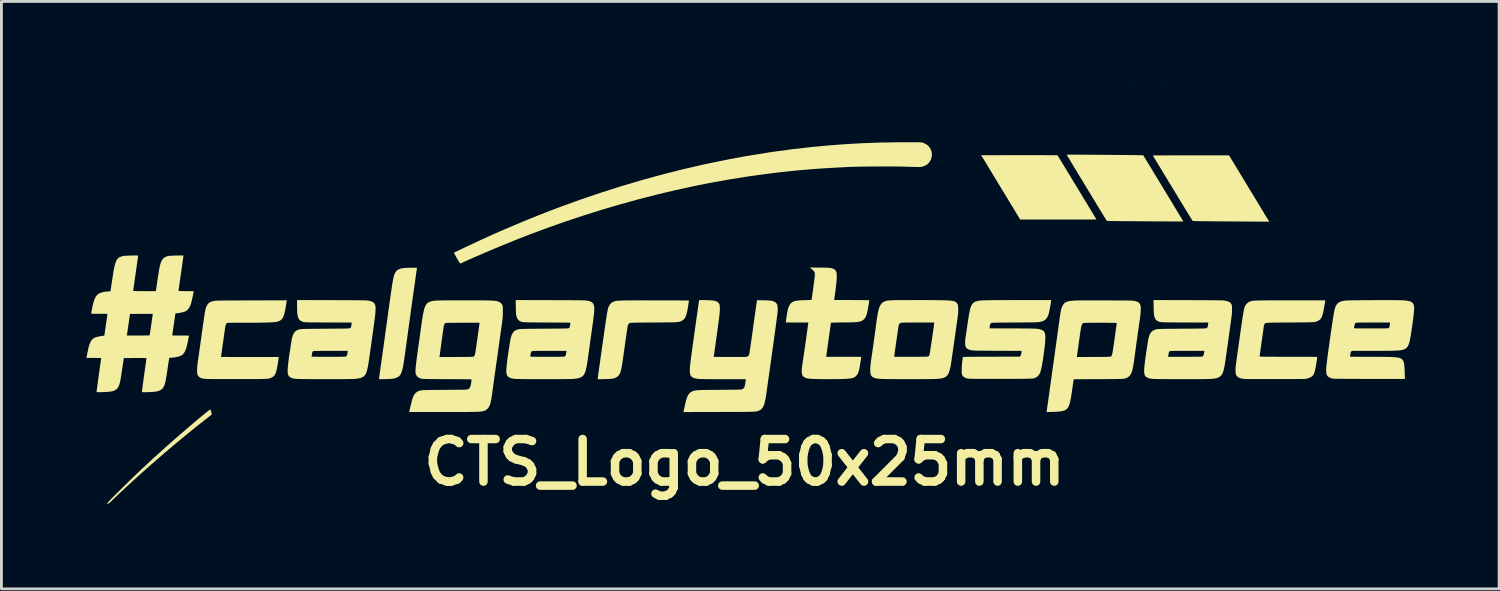
<source format=kicad_pcb>
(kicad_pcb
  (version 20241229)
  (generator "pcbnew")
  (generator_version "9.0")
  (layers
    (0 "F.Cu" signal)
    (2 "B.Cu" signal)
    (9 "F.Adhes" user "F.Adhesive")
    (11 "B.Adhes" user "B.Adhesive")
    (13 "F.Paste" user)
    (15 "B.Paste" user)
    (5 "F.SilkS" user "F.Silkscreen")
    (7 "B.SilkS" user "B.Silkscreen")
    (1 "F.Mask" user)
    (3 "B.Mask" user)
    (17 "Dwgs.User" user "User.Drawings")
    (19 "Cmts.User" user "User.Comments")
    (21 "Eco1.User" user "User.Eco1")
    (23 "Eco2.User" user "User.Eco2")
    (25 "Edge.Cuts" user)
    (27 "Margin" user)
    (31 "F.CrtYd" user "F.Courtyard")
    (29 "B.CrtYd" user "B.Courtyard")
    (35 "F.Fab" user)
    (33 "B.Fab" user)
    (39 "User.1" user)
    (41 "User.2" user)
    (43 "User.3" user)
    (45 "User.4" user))
  (footprint "CTS_Logo_50x25mm"
    (layer "F.Cu")
    (at 23.425 6.865)
    (property "Reference" "CTS_Logo_50x25mm" (at -0.2 6.4 0) (layer "F.SilkS") (effects (font (size 1.5 1.5) (thickness 0.3))))
    (attr board_only exclude_from_pos_files exclude_from_bom)
    (fp_poly (pts (xy 13.489 -6.863) (xy 13.487 -6.86) (xy 13.478 -6.859) (xy 13.47 -6.861) (xy 13.473 -6.864) (xy 13.486 -6.865)) (stroke (width 0) (type solid)) (fill yes) (layer "F.SilkS"))
    (fp_poly (pts (xy 14.639 -6.855) (xy 14.637 -6.851) (xy 14.628 -6.851) (xy 14.62 -6.853) (xy 14.623 -6.856) (xy 14.636 -6.857)) (stroke (width 0) (type solid)) (fill yes) (layer "F.SilkS"))
    (fp_poly (pts (xy 10.056 -4.44) (xy 10.181 -4.44) (xy 10.298 -4.44) (xy 10.406 -4.439) (xy 10.504 -4.439) (xy 10.592 -4.439) (xy 10.668 -4.438) (xy 10.731 -4.438) (xy 10.781 -4.437) (xy 10.817 -4.437) (xy 10.838 -4.436) (xy 10.843 -4.435) (xy 10.848 -4.428) (xy 10.861 -4.407) (xy 10.881 -4.373) (xy 10.909 -4.328) (xy 10.943 -4.273) (xy 10.982 -4.208) (xy 11.027 -4.134) (xy 11.076 -4.053) (xy 11.13 -3.965) (xy 11.187 -3.871) (xy 11.248 -3.772) (xy 11.31 -3.668) (xy 11.375 -3.562) (xy 11.44 -3.454) (xy 11.507 -3.344) (xy 11.574 -3.234) (xy 11.64 -3.125) (xy 11.706 -3.017) (xy 11.77 -2.911) (xy 11.831 -2.809) (xy 11.891 -2.711) (xy 11.947 -2.618) (xy 11.999 -2.532) (xy 12.047 -2.452) (xy 12.091 -2.381) (xy 12.128 -2.318) (xy 12.16 -2.265) (xy 12.185 -2.223) (xy 12.204 -2.193) (xy 12.214 -2.175) (xy 12.217 -2.17) (xy 12.208 -2.17) (xy 12.185 -2.17) (xy 12.146 -2.169) (xy 12.093 -2.169) (xy 12.027 -2.168) (xy 11.948 -2.168) (xy 11.859 -2.168) (xy 11.758 -2.168) (xy 11.648 -2.167) (xy 11.53 -2.167) (xy 11.403 -2.167) (xy 11.27 -2.167) (xy 11.13 -2.167) (xy 10.985 -2.167) (xy 10.872 -2.167) (xy 9.528 -2.167) (xy 8.839 -3.302) (xy 8.15 -4.438) (xy 9.493 -4.44) (xy 9.642 -4.44) (xy 9.786 -4.44) (xy 9.924 -4.44)) (stroke (width 0) (type solid)) (fill yes) (layer "F.SilkS"))
    (fp_poly (pts (xy -19.049 4.535) (xy -19.042 4.553) (xy -19.033 4.581) (xy -19.024 4.613) (xy -19.015 4.647) (xy -19.009 4.678) (xy -19.004 4.702) (xy -19.004 4.715) (xy -19.005 4.716) (xy -19.013 4.722) (xy -19.033 4.738) (xy -19.063 4.761) (xy -19.101 4.791) (xy -19.146 4.827) (xy -19.197 4.866) (xy -19.246 4.904) (xy -19.51 5.112) (xy -19.782 5.331) (xy -20.06 5.559) (xy -20.343 5.794) (xy -20.627 6.034) (xy -20.911 6.279) (xy -21.193 6.525) (xy -21.47 6.771) (xy -21.742 7.016) (xy -22.004 7.257) (xy -22.257 7.492) (xy -22.464 7.689) (xy -22.52 7.743) (xy -22.565 7.786) (xy -22.601 7.818) (xy -22.629 7.842) (xy -22.65 7.857) (xy -22.665 7.864) (xy -22.676 7.865) (xy -22.683 7.859) (xy -22.688 7.849) (xy -22.688 7.849) (xy -22.688 7.844) (xy -22.684 7.836) (xy -22.677 7.825) (xy -22.665 7.81) (xy -22.647 7.79) (xy -22.623 7.764) (xy -22.591 7.731) (xy -22.551 7.69) (xy -22.503 7.641) (xy -22.445 7.583) (xy -22.376 7.515) (xy -22.311 7.45) (xy -21.893 7.039) (xy -21.472 6.637) (xy -21.045 6.241) (xy -20.611 5.849) (xy -20.167 5.458) (xy -19.709 5.066) (xy -19.654 5.02) (xy -19.54 4.924) (xy -19.439 4.839) (xy -19.349 4.765) (xy -19.272 4.701) (xy -19.206 4.648) (xy -19.152 4.605) (xy -19.11 4.573) (xy -19.079 4.55) (xy -19.059 4.537) (xy -19.05 4.535)) (stroke (width 0) (type solid)) (fill yes) (layer "F.SilkS"))
    (fp_poly (pts (xy -11.763 -0.444) (xy -11.765 -0.429) (xy -11.77 -0.4) (xy -11.776 -0.355) (xy -11.784 -0.298) (xy -11.794 -0.228) (xy -11.806 -0.148) (xy -11.818 -0.057) (xy -11.832 0.043) (xy -11.848 0.151) (xy -11.864 0.266) (xy -11.881 0.387) (xy -11.898 0.512) (xy -11.916 0.641) (xy -11.935 0.773) (xy -11.953 0.906) (xy -11.972 1.04) (xy -11.99 1.173) (xy -12.008 1.305) (xy -12.026 1.434) (xy -12.044 1.559) (xy -12.06 1.679) (xy -12.076 1.793) (xy -12.091 1.901) (xy -12.096 1.942) (xy -12.117 2.091) (xy -12.135 2.226) (xy -12.152 2.345) (xy -12.166 2.451) (xy -12.179 2.545) (xy -12.191 2.627) (xy -12.201 2.698) (xy -12.21 2.76) (xy -12.218 2.814) (xy -12.224 2.859) (xy -12.23 2.899) (xy -12.236 2.932) (xy -12.241 2.961) (xy -12.245 2.987) (xy -12.25 3.009) (xy -12.254 3.031) (xy -12.258 3.051) (xy -12.263 3.072) (xy -12.263 3.074) (xy -12.284 3.157) (xy -12.306 3.225) (xy -12.33 3.28) (xy -12.358 3.325) (xy -12.391 3.36) (xy -12.43 3.388) (xy -12.476 3.41) (xy -12.479 3.412) (xy -12.515 3.425) (xy -12.55 3.436) (xy -12.586 3.444) (xy -12.627 3.451) (xy -12.675 3.456) (xy -12.732 3.459) (xy -12.801 3.462) (xy -12.877 3.464) (xy -12.944 3.466) (xy -12.996 3.466) (xy -13.035 3.467) (xy -13.062 3.466) (xy -13.081 3.465) (xy -13.092 3.463) (xy -13.098 3.46) (xy -13.1 3.456) (xy -13.1 3.454) (xy -13.099 3.443) (xy -13.096 3.417) (xy -13.09 3.378) (xy -13.083 3.325) (xy -13.074 3.262) (xy -13.064 3.188) (xy -13.053 3.106) (xy -13.04 3.016) (xy -13.027 2.92) (xy -13.012 2.818) (xy -13.009 2.792) (xy -12.994 2.691) (xy -12.978 2.575) (xy -12.96 2.448) (xy -12.941 2.31) (xy -12.921 2.166) (xy -12.9 2.015) (xy -12.879 1.862) (xy -12.857 1.708) (xy -12.836 1.555) (xy -12.816 1.406) (xy -12.796 1.263) (xy -12.788 1.204) (xy -12.764 1.028) (xy -12.741 0.867) (xy -12.721 0.721) (xy -12.702 0.589) (xy -12.685 0.47) (xy -12.67 0.364) (xy -12.656 0.269) (xy -12.643 0.185) (xy -12.632 0.111) (xy -12.621 0.047) (xy -12.611 -0.01) (xy -12.602 -0.058) (xy -12.593 -0.1) (xy -12.585 -0.136) (xy -12.577 -0.167) (xy -12.569 -0.194) (xy -12.562 -0.217) (xy -12.554 -0.237) (xy -12.546 -0.255) (xy -12.522 -0.302) (xy -12.494 -0.341) (xy -12.462 -0.374) (xy -12.423 -0.401) (xy -12.376 -0.423) (xy -12.321 -0.44) (xy -12.255 -0.452) (xy -12.177 -0.46) (xy -12.086 -0.465) (xy -11.98 -0.467) (xy -11.954 -0.467) (xy -11.759 -0.467)) (stroke (width 0) (type solid)) (fill yes) (layer "F.SilkS"))
    (fp_poly (pts (xy 11.359 -4.458) (xy 11.435 -4.457) (xy 11.522 -4.457) (xy 11.617 -4.457) (xy 11.721 -4.456) (xy 11.831 -4.456) (xy 11.948 -4.455) (xy 12.069 -4.454) (xy 12.194 -4.453) (xy 12.322 -4.452) (xy 12.451 -4.451) (xy 12.581 -4.45) (xy 12.71 -4.449) (xy 12.838 -4.448) (xy 12.963 -4.447) (xy 13.085 -4.446) (xy 13.202 -4.445) (xy 13.312 -4.444) (xy 13.416 -4.443) (xy 13.512 -4.442) (xy 13.599 -4.441) (xy 13.675 -4.439) (xy 13.741 -4.439) (xy 13.794 -4.438) (xy 13.833 -4.437) (xy 13.858 -4.436) (xy 13.868 -4.435) (xy 13.868 -4.435) (xy 13.873 -4.427) (xy 13.886 -4.406) (xy 13.907 -4.373) (xy 13.933 -4.331) (xy 13.965 -4.279) (xy 14.001 -4.219) (xy 14.041 -4.153) (xy 14.084 -4.082) (xy 14.109 -4.042) (xy 14.148 -3.978) (xy 14.194 -3.901) (xy 14.247 -3.814) (xy 14.306 -3.717) (xy 14.369 -3.613) (xy 14.435 -3.503) (xy 14.504 -3.39) (xy 14.575 -3.273) (xy 14.645 -3.157) (xy 14.715 -3.041) (xy 14.784 -2.928) (xy 14.796 -2.908) (xy 14.858 -2.806) (xy 14.918 -2.707) (xy 14.975 -2.612) (xy 15.029 -2.524) (xy 15.079 -2.441) (xy 15.124 -2.366) (xy 15.164 -2.3) (xy 15.199 -2.243) (xy 15.227 -2.197) (xy 15.248 -2.162) (xy 15.261 -2.14) (xy 15.267 -2.131) (xy 15.285 -2.1) (xy 14.732 -2.101) (xy 14.637 -2.102) (xy 14.527 -2.102) (xy 14.406 -2.103) (xy 14.276 -2.103) (xy 14.138 -2.104) (xy 13.997 -2.105) (xy 13.854 -2.106) (xy 13.712 -2.107) (xy 13.573 -2.108) (xy 13.44 -2.109) (xy 13.384 -2.109) (xy 13.248 -2.11) (xy 13.127 -2.111) (xy 13.02 -2.112) (xy 12.928 -2.113) (xy 12.849 -2.114) (xy 12.782 -2.115) (xy 12.727 -2.116) (xy 12.682 -2.118) (xy 12.646 -2.119) (xy 12.619 -2.12) (xy 12.6 -2.122) (xy 12.587 -2.124) (xy 12.58 -2.125) (xy 12.579 -2.126) (xy 12.574 -2.135) (xy 12.56 -2.157) (xy 12.539 -2.191) (xy 12.511 -2.237) (xy 12.476 -2.293) (xy 12.435 -2.36) (xy 12.389 -2.435) (xy 12.339 -2.518) (xy 12.284 -2.609) (xy 12.225 -2.706) (xy 12.163 -2.808) (xy 12.098 -2.914) (xy 12.054 -2.987) (xy 11.984 -3.104) (xy 11.913 -3.221) (xy 11.842 -3.337) (xy 11.773 -3.451) (xy 11.705 -3.563) (xy 11.641 -3.669) (xy 11.58 -3.77) (xy 11.523 -3.864) (xy 11.472 -3.948) (xy 11.426 -4.023) (xy 11.388 -4.087) (xy 11.357 -4.138) (xy 11.352 -4.145) (xy 11.313 -4.21) (xy 11.277 -4.27) (xy 11.245 -4.324) (xy 11.217 -4.371) (xy 11.195 -4.409) (xy 11.18 -4.437) (xy 11.171 -4.453) (xy 11.17 -4.456) (xy 11.179 -4.457) (xy 11.203 -4.457) (xy 11.242 -4.458) (xy 11.295 -4.458)) (stroke (width 0) (type solid)) (fill yes) (layer "F.SilkS"))
    (fp_poly (pts (xy 15.552 -4.433) (xy 16.896 -4.433) (xy 16.92 -4.393) (xy 16.944 -4.354) (xy 16.975 -4.303) (xy 17.011 -4.243) (xy 17.052 -4.176) (xy 17.096 -4.104) (xy 17.141 -4.029) (xy 17.187 -3.953) (xy 17.232 -3.879) (xy 17.275 -3.807) (xy 17.316 -3.741) (xy 17.351 -3.682) (xy 17.382 -3.632) (xy 17.405 -3.593) (xy 17.413 -3.579) (xy 17.441 -3.534) (xy 17.466 -3.491) (xy 17.488 -3.455) (xy 17.505 -3.427) (xy 17.515 -3.411) (xy 17.516 -3.411) (xy 17.523 -3.398) (xy 17.539 -3.373) (xy 17.561 -3.336) (xy 17.589 -3.29) (xy 17.621 -3.237) (xy 17.658 -3.177) (xy 17.697 -3.112) (xy 17.726 -3.065) (xy 17.782 -2.973) (xy 17.83 -2.893) (xy 17.871 -2.826) (xy 17.906 -2.768) (xy 17.935 -2.72) (xy 17.96 -2.679) (xy 17.981 -2.645) (xy 17.999 -2.615) (xy 18.014 -2.59) (xy 18.028 -2.567) (xy 18.042 -2.545) (xy 18.055 -2.522) (xy 18.07 -2.499) (xy 18.073 -2.493) (xy 18.095 -2.457) (xy 18.113 -2.426) (xy 18.126 -2.402) (xy 18.133 -2.389) (xy 18.133 -2.387) (xy 18.138 -2.376) (xy 18.145 -2.367) (xy 18.153 -2.356) (xy 18.168 -2.333) (xy 18.188 -2.301) (xy 18.211 -2.264) (xy 18.222 -2.246) (xy 18.247 -2.206) (xy 18.269 -2.17) (xy 18.288 -2.14) (xy 18.3 -2.119) (xy 18.303 -2.115) (xy 18.319 -2.092) (xy 18.074 -2.093) (xy 18.035 -2.093) (xy 17.98 -2.094) (xy 17.912 -2.094) (xy 17.83 -2.095) (xy 17.737 -2.095) (xy 17.634 -2.096) (xy 17.522 -2.097) (xy 17.402 -2.098) (xy 17.275 -2.098) (xy 17.144 -2.099) (xy 17.008 -2.1) (xy 16.871 -2.101) (xy 16.731 -2.102) (xy 16.729 -2.102) (xy 16.56 -2.103) (xy 16.407 -2.104) (xy 16.269 -2.106) (xy 16.146 -2.107) (xy 16.038 -2.108) (xy 15.943 -2.109) (xy 15.862 -2.11) (xy 15.793 -2.111) (xy 15.736 -2.113) (xy 15.691 -2.114) (xy 15.657 -2.115) (xy 15.633 -2.117) (xy 15.619 -2.118) (xy 15.615 -2.119) (xy 15.608 -2.128) (xy 15.594 -2.149) (xy 15.572 -2.183) (xy 15.544 -2.229) (xy 15.509 -2.284) (xy 15.469 -2.349) (xy 15.424 -2.423) (xy 15.374 -2.503) (xy 15.321 -2.59) (xy 15.265 -2.683) (xy 15.206 -2.78) (xy 15.178 -2.825) (xy 15.111 -2.936) (xy 15.04 -3.053) (xy 14.968 -3.172) (xy 14.895 -3.293) (xy 14.822 -3.413) (xy 14.751 -3.529) (xy 14.684 -3.641) (xy 14.62 -3.746) (xy 14.562 -3.842) (xy 14.511 -3.926) (xy 14.483 -3.972) (xy 14.435 -4.051) (xy 14.389 -4.126) (xy 14.348 -4.195) (xy 14.31 -4.258) (xy 14.277 -4.312) (xy 14.25 -4.358) (xy 14.229 -4.393) (xy 14.215 -4.417) (xy 14.209 -4.428) (xy 14.208 -4.429) (xy 14.217 -4.429) (xy 14.24 -4.43) (xy 14.279 -4.43) (xy 14.332 -4.431) (xy 14.398 -4.431) (xy 14.477 -4.431) (xy 14.566 -4.432) (xy 14.667 -4.432) (xy 14.777 -4.432) (xy 14.895 -4.433) (xy 15.022 -4.433) (xy 15.155 -4.433) (xy 15.295 -4.433) (xy 15.44 -4.433)) (stroke (width 0) (type solid)) (fill yes) (layer "F.SilkS"))
    (fp_poly (pts (xy -3.587 0.685) (xy -3.417 0.685) (xy -3.308 0.685) (xy -2.162 0.688) (xy -2.189 0.867) (xy -2.206 0.973) (xy -2.224 1.065) (xy -2.242 1.143) (xy -2.261 1.208) (xy -2.282 1.262) (xy -2.305 1.306) (xy -2.332 1.342) (xy -2.362 1.372) (xy -2.396 1.395) (xy -2.42 1.408) (xy -2.437 1.416) (xy -2.453 1.424) (xy -2.469 1.43) (xy -2.486 1.436) (xy -2.504 1.441) (xy -2.525 1.445) (xy -2.551 1.449) (xy -2.581 1.452) (xy -2.618 1.455) (xy -2.661 1.457) (xy -2.713 1.459) (xy -2.774 1.46) (xy -2.845 1.461) (xy -2.928 1.462) (xy -3.023 1.463) (xy -3.131 1.464) (xy -3.254 1.465) (xy -3.392 1.466) (xy -3.408 1.466) (xy -3.544 1.467) (xy -3.664 1.467) (xy -3.769 1.468) (xy -3.86 1.469) (xy -3.939 1.47) (xy -4.006 1.471) (xy -4.063 1.472) (xy -4.11 1.473) (xy -4.148 1.474) (xy -4.178 1.475) (xy -4.202 1.476) (xy -4.22 1.478) (xy -4.233 1.48) (xy -4.243 1.482) (xy -4.25 1.484) (xy -4.251 1.485) (xy -4.279 1.502) (xy -4.3 1.528) (xy -4.317 1.565) (xy -4.322 1.581) (xy -4.325 1.595) (xy -4.33 1.625) (xy -4.337 1.668) (xy -4.345 1.724) (xy -4.355 1.791) (xy -4.367 1.868) (xy -4.379 1.954) (xy -4.392 2.046) (xy -4.406 2.145) (xy -4.421 2.248) (xy -4.426 2.283) (xy -4.446 2.427) (xy -4.464 2.556) (xy -4.48 2.67) (xy -4.495 2.77) (xy -4.508 2.858) (xy -4.52 2.934) (xy -4.531 3) (xy -4.541 3.055) (xy -4.55 3.103) (xy -4.558 3.142) (xy -4.566 3.175) (xy -4.574 3.202) (xy -4.582 3.224) (xy -4.582 3.225) (xy -4.615 3.293) (xy -4.655 3.348) (xy -4.705 3.39) (xy -4.766 3.422) (xy -4.84 3.443) (xy -4.88 3.45) (xy -4.907 3.452) (xy -4.947 3.455) (xy -4.997 3.458) (xy -5.055 3.461) (xy -5.117 3.463) (xy -5.165 3.464) (xy -5.231 3.466) (xy -5.282 3.467) (xy -5.32 3.467) (xy -5.347 3.467) (xy -5.366 3.465) (xy -5.376 3.463) (xy -5.382 3.46) (xy -5.383 3.456) (xy -5.383 3.454) (xy -5.382 3.443) (xy -5.379 3.416) (xy -5.373 3.376) (xy -5.366 3.322) (xy -5.357 3.256) (xy -5.347 3.18) (xy -5.335 3.095) (xy -5.322 3.001) (xy -5.307 2.9) (xy -5.292 2.793) (xy -5.277 2.682) (xy -5.261 2.567) (xy -5.244 2.449) (xy -5.227 2.331) (xy -5.21 2.212) (xy -5.193 2.095) (xy -5.177 1.98) (xy -5.161 1.868) (xy -5.146 1.761) (xy -5.131 1.66) (xy -5.118 1.566) (xy -5.105 1.481) (xy -5.094 1.405) (xy -5.084 1.339) (xy -5.076 1.285) (xy -5.07 1.244) (xy -5.067 1.221) (xy -5.054 1.145) (xy -5.043 1.084) (xy -5.033 1.034) (xy -5.024 0.993) (xy -5.015 0.96) (xy -5.005 0.931) (xy -4.993 0.904) (xy -4.982 0.881) (xy -4.945 0.821) (xy -4.9 0.775) (xy -4.846 0.74) (xy -4.779 0.715) (xy -4.771 0.713) (xy -4.753 0.709) (xy -4.734 0.705) (xy -4.71 0.702) (xy -4.683 0.699) (xy -4.651 0.696) (xy -4.613 0.694) (xy -4.568 0.692) (xy -4.516 0.69) (xy -4.456 0.688) (xy -4.387 0.687) (xy -4.309 0.686) (xy -4.219 0.685) (xy -4.119 0.685) (xy -4.006 0.685) (xy -3.88 0.684) (xy -3.741 0.684)) (stroke (width 0) (type solid)) (fill yes) (layer "F.SilkS"))
    (fp_poly (pts (xy 5.716 -4.895) (xy 5.791 -4.895) (xy 5.853 -4.895) (xy 5.906 -4.894) (xy 5.949 -4.893) (xy 5.983 -4.892) (xy 6.011 -4.891) (xy 6.033 -4.889) (xy 6.05 -4.888) (xy 6.064 -4.885) (xy 6.076 -4.883) (xy 6.082 -4.881) (xy 6.162 -4.851) (xy 6.233 -4.808) (xy 6.294 -4.755) (xy 6.343 -4.692) (xy 6.379 -4.621) (xy 6.403 -4.545) (xy 6.411 -4.464) (xy 6.404 -4.382) (xy 6.383 -4.302) (xy 6.348 -4.231) (xy 6.299 -4.166) (xy 6.285 -4.151) (xy 6.257 -4.124) (xy 6.233 -4.105) (xy 6.208 -4.089) (xy 6.175 -4.073) (xy 6.142 -4.059) (xy 6.121 -4.05) (xy 6.102 -4.043) (xy 6.084 -4.037) (xy 6.065 -4.032) (xy 6.044 -4.028) (xy 6.019 -4.025) (xy 5.99 -4.023) (xy 5.954 -4.022) (xy 5.91 -4.022) (xy 5.857 -4.023) (xy 5.793 -4.024) (xy 5.716 -4.026) (xy 5.626 -4.029) (xy 5.521 -4.032) (xy 5.513 -4.032) (xy 5.418 -4.035) (xy 5.31 -4.037) (xy 5.19 -4.038) (xy 5.061 -4.04) (xy 4.925 -4.04) (xy 4.783 -4.041) (xy 4.637 -4.04) (xy 4.49 -4.04) (xy 4.343 -4.039) (xy 4.198 -4.038) (xy 4.057 -4.036) (xy 3.923 -4.034) (xy 3.796 -4.032) (xy 3.679 -4.029) (xy 3.575 -4.027) (xy 3.484 -4.023) (xy 3.446 -4.022) (xy 3.116 -4.005) (xy 2.8 -3.987) (xy 2.496 -3.968) (xy 2.201 -3.947) (xy 1.913 -3.923) (xy 1.63 -3.898) (xy 1.348 -3.869) (xy 1.066 -3.838) (xy 0.782 -3.804) (xy 0.492 -3.767) (xy 0.194 -3.726) (xy -0.114 -3.682) (xy -0.129 -3.679) (xy -0.752 -3.58) (xy -1.382 -3.467) (xy -2.018 -3.34) (xy -2.658 -3.2) (xy -3.302 -3.047) (xy -3.947 -2.881) (xy -4.594 -2.702) (xy -5.24 -2.512) (xy -5.884 -2.309) (xy -6.526 -2.096) (xy -7.163 -1.871) (xy -7.794 -1.636) (xy -8.096 -1.519) (xy -8.242 -1.461) (xy -8.395 -1.399) (xy -8.553 -1.335) (xy -8.715 -1.269) (xy -8.878 -1.202) (xy -9.041 -1.134) (xy -9.202 -1.066) (xy -9.36 -0.999) (xy -9.512 -0.933) (xy -9.657 -0.87) (xy -9.794 -0.811) (xy -9.92 -0.755) (xy -10.034 -0.703) (xy -10.128 -0.659) (xy -10.164 -0.643) (xy -10.195 -0.629) (xy -10.218 -0.62) (xy -10.228 -0.617) (xy -10.24 -0.623) (xy -10.247 -0.631) (xy -10.294 -0.706) (xy -10.334 -0.771) (xy -10.369 -0.83) (xy -10.4 -0.887) (xy -10.407 -0.901) (xy -10.458 -0.997) (xy -10.323 -1.062) (xy -10.161 -1.14) (xy -9.998 -1.217) (xy -9.834 -1.294) (xy -9.672 -1.37) (xy -9.513 -1.444) (xy -9.359 -1.514) (xy -9.212 -1.581) (xy -9.074 -1.643) (xy -8.946 -1.7) (xy -8.83 -1.751) (xy -8.775 -1.775) (xy -8.526 -1.882) (xy -8.289 -1.982) (xy -8.065 -2.076) (xy -7.85 -2.165) (xy -7.643 -2.249) (xy -7.442 -2.329) (xy -7.247 -2.407) (xy -7.054 -2.481) (xy -6.862 -2.554) (xy -6.692 -2.618) (xy -5.965 -2.881) (xy -5.236 -3.127) (xy -4.507 -3.358) (xy -3.777 -3.573) (xy -3.047 -3.772) (xy -2.317 -3.956) (xy -1.588 -4.122) (xy -0.859 -4.273) (xy -0.132 -4.408) (xy 0.594 -4.526) (xy 0.9 -4.571) (xy 1.525 -4.654) (xy 2.142 -4.724) (xy 2.753 -4.782) (xy 3.361 -4.828) (xy 3.969 -4.862) (xy 4.58 -4.884) (xy 5.195 -4.894) (xy 5.408 -4.895) (xy 5.526 -4.895) (xy 5.628 -4.895)) (stroke (width 0) (type solid)) (fill yes) (layer "F.SilkS"))
    (fp_poly (pts (xy -16.362 0.727) (xy -16.366 0.749) (xy -16.371 0.784) (xy -16.378 0.828) (xy -16.386 0.879) (xy -16.395 0.933) (xy -16.396 0.938) (xy -16.414 1.039) (xy -16.433 1.126) (xy -16.453 1.199) (xy -16.475 1.259) (xy -16.501 1.309) (xy -16.53 1.349) (xy -16.565 1.38) (xy -16.605 1.405) (xy -16.653 1.425) (xy -16.708 1.441) (xy -16.733 1.446) (xy -16.764 1.451) (xy -16.811 1.455) (xy -16.872 1.459) (xy -16.947 1.462) (xy -17.036 1.465) (xy -17.136 1.468) (xy -17.248 1.47) (xy -17.369 1.472) (xy -17.501 1.474) (xy -17.64 1.474) (xy -17.788 1.475) (xy -17.883 1.474) (xy -18.011 1.474) (xy -18.122 1.474) (xy -18.217 1.475) (xy -18.295 1.475) (xy -18.359 1.476) (xy -18.407 1.478) (xy -18.439 1.479) (xy -18.457 1.481) (xy -18.46 1.482) (xy -18.481 1.497) (xy -18.498 1.524) (xy -18.513 1.565) (xy -18.525 1.621) (xy -18.528 1.637) (xy -18.531 1.656) (xy -18.536 1.688) (xy -18.542 1.733) (xy -18.55 1.787) (xy -18.559 1.85) (xy -18.569 1.921) (xy -18.58 1.996) (xy -18.591 2.075) (xy -18.602 2.156) (xy -18.614 2.236) (xy -18.625 2.315) (xy -18.635 2.391) (xy -18.645 2.461) (xy -18.654 2.525) (xy -18.662 2.58) (xy -18.668 2.624) (xy -18.672 2.657) (xy -18.675 2.676) (xy -18.675 2.68) (xy -18.667 2.681) (xy -18.643 2.681) (xy -18.605 2.681) (xy -18.552 2.682) (xy -18.488 2.682) (xy -18.411 2.682) (xy -18.324 2.683) (xy -18.228 2.683) (xy -18.123 2.683) (xy -18.01 2.683) (xy -17.891 2.683) (xy -17.766 2.683) (xy -17.657 2.683) (xy -16.64 2.683) (xy -16.645 2.734) (xy -16.652 2.786) (xy -16.661 2.848) (xy -16.672 2.916) (xy -16.683 2.985) (xy -16.695 3.05) (xy -16.706 3.107) (xy -16.712 3.134) (xy -16.734 3.214) (xy -16.76 3.28) (xy -16.792 3.332) (xy -16.831 3.373) (xy -16.877 3.403) (xy -16.906 3.416) (xy -16.923 3.423) (xy -16.939 3.429) (xy -16.954 3.434) (xy -16.97 3.439) (xy -16.987 3.443) (xy -17.006 3.446) (xy -17.029 3.449) (xy -17.057 3.452) (xy -17.089 3.454) (xy -17.128 3.456) (xy -17.174 3.458) (xy -17.228 3.459) (xy -17.291 3.46) (xy -17.365 3.461) (xy -17.449 3.461) (xy -17.545 3.462) (xy -17.655 3.462) (xy -17.778 3.462) (xy -17.916 3.463) (xy -18.054 3.463) (xy -18.184 3.463) (xy -18.31 3.463) (xy -18.433 3.463) (xy -18.55 3.463) (xy -18.661 3.463) (xy -18.764 3.462) (xy -18.858 3.462) (xy -18.942 3.461) (xy -19.015 3.461) (xy -19.075 3.46) (xy -19.122 3.459) (xy -19.154 3.458) (xy -19.163 3.458) (xy -19.235 3.453) (xy -19.293 3.447) (xy -19.34 3.439) (xy -19.379 3.428) (xy -19.41 3.413) (xy -19.439 3.395) (xy -19.457 3.379) (xy -19.491 3.338) (xy -19.506 3.306) (xy -19.514 3.268) (xy -19.519 3.217) (xy -19.521 3.154) (xy -19.518 3.082) (xy -19.513 3.003) (xy -19.504 2.919) (xy -19.498 2.875) (xy -19.465 2.646) (xy -19.431 2.407) (xy -19.396 2.164) (xy -19.362 1.922) (xy -19.35 1.833) (xy -19.331 1.696) (xy -19.314 1.574) (xy -19.298 1.467) (xy -19.285 1.372) (xy -19.273 1.29) (xy -19.262 1.22) (xy -19.253 1.159) (xy -19.244 1.108) (xy -19.236 1.064) (xy -19.229 1.028) (xy -19.222 0.998) (xy -19.216 0.972) (xy -19.209 0.95) (xy -19.203 0.931) (xy -19.196 0.914) (xy -19.188 0.897) (xy -19.188 0.896) (xy -19.16 0.843) (xy -19.129 0.801) (xy -19.092 0.768) (xy -19.047 0.742) (xy -18.991 0.722) (xy -18.922 0.707) (xy -18.896 0.702) (xy -18.883 0.7) (xy -18.868 0.699) (xy -18.849 0.697) (xy -18.827 0.696) (xy -18.799 0.695) (xy -18.766 0.693) (xy -18.727 0.692) (xy -18.68 0.691) (xy -18.625 0.691) (xy -18.561 0.69) (xy -18.488 0.689) (xy -18.403 0.689) (xy -18.307 0.688) (xy -18.199 0.688) (xy -18.078 0.687) (xy -17.943 0.687) (xy -17.793 0.686) (xy -17.627 0.686) (xy -17.585 0.686) (xy -16.357 0.682)) (stroke (width 0) (type solid)) (fill yes) (layer "F.SilkS"))
    (fp_poly (pts (xy 20.288 0.71) (xy 20.272 0.812) (xy 20.257 0.898) (xy 20.245 0.97) (xy 20.234 1.031) (xy 20.225 1.08) (xy 20.217 1.119) (xy 20.209 1.151) (xy 20.204 1.171) (xy 20.18 1.242) (xy 20.154 1.298) (xy 20.124 1.343) (xy 20.087 1.378) (xy 20.041 1.405) (xy 20.008 1.42) (xy 19.992 1.427) (xy 19.977 1.432) (xy 19.961 1.437) (xy 19.945 1.442) (xy 19.926 1.446) (xy 19.905 1.449) (xy 19.879 1.452) (xy 19.848 1.454) (xy 19.81 1.456) (xy 19.765 1.458) (xy 19.712 1.46) (xy 19.65 1.461) (xy 19.576 1.462) (xy 19.492 1.463) (xy 19.394 1.463) (xy 19.283 1.464) (xy 19.158 1.465) (xy 19.038 1.466) (xy 18.899 1.467) (xy 18.776 1.467) (xy 18.668 1.468) (xy 18.574 1.469) (xy 18.492 1.47) (xy 18.422 1.471) (xy 18.363 1.472) (xy 18.314 1.473) (xy 18.274 1.475) (xy 18.242 1.478) (xy 18.216 1.48) (xy 18.197 1.484) (xy 18.182 1.487) (xy 18.172 1.492) (xy 18.164 1.497) (xy 18.159 1.503) (xy 18.155 1.51) (xy 18.15 1.518) (xy 18.148 1.523) (xy 18.138 1.546) (xy 18.129 1.577) (xy 18.124 1.602) (xy 18.12 1.633) (xy 18.113 1.677) (xy 18.106 1.731) (xy 18.097 1.794) (xy 18.087 1.864) (xy 18.076 1.94) (xy 18.065 2.019) (xy 18.053 2.101) (xy 18.042 2.183) (xy 18.03 2.264) (xy 18.019 2.342) (xy 18.009 2.415) (xy 18 2.482) (xy 17.992 2.542) (xy 17.985 2.591) (xy 17.98 2.629) (xy 17.976 2.654) (xy 17.975 2.664) (xy 17.975 2.664) (xy 17.978 2.666) (xy 17.987 2.667) (xy 18.002 2.669) (xy 18.025 2.67) (xy 18.057 2.671) (xy 18.098 2.672) (xy 18.148 2.673) (xy 18.209 2.673) (xy 18.282 2.674) (xy 18.366 2.674) (xy 18.464 2.674) (xy 18.575 2.675) (xy 18.7 2.675) (xy 18.841 2.675) (xy 18.992 2.675) (xy 19.164 2.675) (xy 19.32 2.675) (xy 19.461 2.676) (xy 19.585 2.676) (xy 19.694 2.677) (xy 19.787 2.677) (xy 19.864 2.678) (xy 19.925 2.679) (xy 19.969 2.68) (xy 19.997 2.682) (xy 20.008 2.683) (xy 20.008 2.683) (xy 20.007 2.694) (xy 20.004 2.718) (xy 19.999 2.754) (xy 19.993 2.798) (xy 19.985 2.849) (xy 19.983 2.865) (xy 19.967 2.968) (xy 19.952 3.056) (xy 19.936 3.13) (xy 19.92 3.192) (xy 19.904 3.244) (xy 19.886 3.286) (xy 19.866 3.321) (xy 19.847 3.348) (xy 19.821 3.37) (xy 19.784 3.393) (xy 19.738 3.415) (xy 19.688 3.434) (xy 19.642 3.447) (xy 19.631 3.449) (xy 19.619 3.451) (xy 19.604 3.453) (xy 19.586 3.454) (xy 19.563 3.456) (xy 19.534 3.457) (xy 19.499 3.458) (xy 19.457 3.459) (xy 19.407 3.459) (xy 19.347 3.46) (xy 19.278 3.461) (xy 19.197 3.461) (xy 19.105 3.462) (xy 19 3.462) (xy 18.881 3.462) (xy 18.747 3.463) (xy 18.598 3.463) (xy 18.571 3.463) (xy 18.44 3.463) (xy 18.313 3.463) (xy 18.19 3.463) (xy 18.072 3.463) (xy 17.961 3.463) (xy 17.858 3.462) (xy 17.764 3.462) (xy 17.68 3.461) (xy 17.607 3.461) (xy 17.547 3.46) (xy 17.5 3.459) (xy 17.468 3.459) (xy 17.456 3.458) (xy 17.383 3.451) (xy 17.322 3.44) (xy 17.271 3.424) (xy 17.227 3.401) (xy 17.206 3.387) (xy 17.176 3.362) (xy 17.155 3.334) (xy 17.141 3.301) (xy 17.132 3.258) (xy 17.127 3.203) (xy 17.127 3.186) (xy 17.126 3.168) (xy 17.125 3.152) (xy 17.125 3.136) (xy 17.125 3.12) (xy 17.126 3.102) (xy 17.127 3.082) (xy 17.128 3.059) (xy 17.131 3.032) (xy 17.134 3) (xy 17.139 2.962) (xy 17.145 2.917) (xy 17.151 2.864) (xy 17.16 2.803) (xy 17.169 2.732) (xy 17.18 2.651) (xy 17.193 2.559) (xy 17.208 2.454) (xy 17.225 2.336) (xy 17.243 2.204) (xy 17.264 2.057) (xy 17.28 1.946) (xy 17.301 1.796) (xy 17.32 1.662) (xy 17.337 1.543) (xy 17.353 1.437) (xy 17.366 1.344) (xy 17.379 1.263) (xy 17.39 1.192) (xy 17.4 1.131) (xy 17.409 1.079) (xy 17.418 1.035) (xy 17.426 0.998) (xy 17.433 0.967) (xy 17.44 0.941) (xy 17.448 0.919) (xy 17.455 0.9) (xy 17.463 0.883) (xy 17.472 0.867) (xy 17.478 0.855) (xy 17.519 0.802) (xy 17.573 0.758) (xy 17.635 0.725) (xy 17.688 0.709) (xy 17.704 0.706) (xy 17.722 0.703) (xy 17.742 0.7) (xy 17.765 0.697) (xy 17.793 0.695) (xy 17.825 0.693) (xy 17.862 0.691) (xy 17.907 0.69) (xy 17.958 0.688) (xy 18.018 0.687) (xy 18.087 0.686) (xy 18.165 0.686) (xy 18.254 0.685) (xy 18.355 0.684) (xy 18.468 0.684) (xy 18.594 0.684) (xy 18.735 0.684) (xy 18.89 0.684) (xy 19.061 0.683) (xy 19.09 0.683) (xy 20.292 0.683)) (stroke (width 0) (type solid)) (fill yes) (layer "F.SilkS"))
    (fp_poly (pts (xy 6.08 0.675) (xy 6.236 0.675) (xy 6.377 0.676) (xy 6.504 0.677) (xy 6.617 0.678) (xy 6.718 0.679) (xy 6.807 0.681) (xy 6.886 0.683) (xy 6.954 0.686) (xy 7.013 0.689) (xy 7.064 0.694) (xy 7.107 0.698) (xy 7.144 0.704) (xy 7.175 0.711) (xy 7.201 0.718) (xy 7.222 0.726) (xy 7.24 0.736) (xy 7.256 0.746) (xy 7.27 0.758) (xy 7.283 0.771) (xy 7.285 0.772) (xy 7.304 0.795) (xy 7.318 0.818) (xy 7.327 0.847) (xy 7.334 0.883) (xy 7.338 0.931) (xy 7.34 0.983) (xy 7.34 1.059) (xy 7.337 1.13) (xy 7.329 1.205) (xy 7.326 1.229) (xy 7.317 1.296) (xy 7.306 1.374) (xy 7.294 1.46) (xy 7.281 1.555) (xy 7.267 1.655) (xy 7.252 1.761) (xy 7.236 1.87) (xy 7.221 1.981) (xy 7.205 2.093) (xy 7.189 2.204) (xy 7.173 2.313) (xy 7.158 2.418) (xy 7.144 2.518) (xy 7.13 2.612) (xy 7.118 2.698) (xy 7.107 2.775) (xy 7.097 2.841) (xy 7.089 2.895) (xy 7.083 2.935) (xy 7.079 2.961) (xy 7.078 2.962) (xy 7.06 3.059) (xy 7.04 3.141) (xy 7.019 3.209) (xy 6.996 3.266) (xy 6.969 3.312) (xy 6.938 3.349) (xy 6.902 3.379) (xy 6.861 3.403) (xy 6.826 3.418) (xy 6.786 3.43) (xy 6.739 3.44) (xy 6.682 3.448) (xy 6.613 3.454) (xy 6.538 3.458) (xy 6.505 3.46) (xy 6.456 3.461) (xy 6.394 3.462) (xy 6.32 3.463) (xy 6.236 3.463) (xy 6.142 3.464) (xy 6.041 3.464) (xy 5.933 3.465) (xy 5.822 3.465) (xy 5.707 3.465) (xy 5.591 3.465) (xy 5.475 3.465) (xy 5.361 3.465) (xy 5.249 3.464) (xy 5.143 3.464) (xy 5.043 3.463) (xy 4.95 3.463) (xy 4.867 3.462) (xy 4.794 3.461) (xy 4.734 3.46) (xy 4.688 3.459) (xy 4.675 3.458) (xy 4.597 3.454) (xy 4.533 3.45) (xy 4.481 3.444) (xy 4.439 3.437) (xy 4.402 3.427) (xy 4.37 3.415) (xy 4.35 3.406) (xy 4.313 3.385) (xy 4.285 3.361) (xy 4.265 3.332) (xy 4.251 3.295) (xy 4.242 3.247) (xy 4.237 3.187) (xy 4.236 3.163) (xy 4.236 3.101) (xy 4.24 3.023) (xy 4.249 2.93) (xy 4.262 2.822) (xy 4.279 2.699) (xy 4.282 2.675) (xy 5.083 2.675) (xy 5.669 2.675) (xy 5.782 2.675) (xy 5.88 2.675) (xy 5.964 2.675) (xy 6.035 2.674) (xy 6.094 2.674) (xy 6.142 2.673) (xy 6.181 2.672) (xy 6.211 2.671) (xy 6.234 2.67) (xy 6.252 2.668) (xy 6.265 2.666) (xy 6.274 2.664) (xy 6.281 2.661) (xy 6.283 2.66) (xy 6.302 2.648) (xy 6.315 2.631) (xy 6.326 2.603) (xy 6.327 2.6) (xy 6.331 2.586) (xy 6.336 2.557) (xy 6.343 2.514) (xy 6.351 2.461) (xy 6.361 2.398) (xy 6.372 2.327) (xy 6.384 2.25) (xy 6.396 2.169) (xy 6.409 2.085) (xy 6.421 2) (xy 6.433 1.917) (xy 6.445 1.835) (xy 6.456 1.758) (xy 6.466 1.687) (xy 6.475 1.624) (xy 6.482 1.571) (xy 6.487 1.529) (xy 6.491 1.499) (xy 6.492 1.485) (xy 6.492 1.467) (xy 5.92 1.467) (xy 5.796 1.467) (xy 5.689 1.467) (xy 5.597 1.468) (xy 5.519 1.468) (xy 5.455 1.469) (xy 5.404 1.47) (xy 5.364 1.472) (xy 5.337 1.473) (xy 5.32 1.475) (xy 5.315 1.476) (xy 5.28 1.495) (xy 5.254 1.525) (xy 5.242 1.557) (xy 5.239 1.57) (xy 5.234 1.598) (xy 5.228 1.639) (xy 5.22 1.692) (xy 5.21 1.753) (xy 5.2 1.823) (xy 5.189 1.899) (xy 5.177 1.979) (xy 5.165 2.062) (xy 5.153 2.145) (xy 5.141 2.228) (xy 5.13 2.309) (xy 5.119 2.385) (xy 5.109 2.455) (xy 5.101 2.517) (xy 5.094 2.57) (xy 5.088 2.611) (xy 5.085 2.64) (xy 5.083 2.654) (xy 5.083 2.654) (xy 5.083 2.675) (xy 4.282 2.675) (xy 4.296 2.587) (xy 4.306 2.525) (xy 4.317 2.446) (xy 4.331 2.35) (xy 4.347 2.24) (xy 4.364 2.113) (xy 4.383 1.972) (xy 4.405 1.815) (xy 4.428 1.644) (xy 4.429 1.633) (xy 4.444 1.524) (xy 4.457 1.43) (xy 4.468 1.349) (xy 4.478 1.28) (xy 4.488 1.221) (xy 4.497 1.17) (xy 4.505 1.125) (xy 4.513 1.086) (xy 4.521 1.05) (xy 4.529 1.019) (xy 4.556 0.933) (xy 4.589 0.862) (xy 4.627 0.805) (xy 4.673 0.76) (xy 4.727 0.727) (xy 4.79 0.704) (xy 4.804 0.701) (xy 4.824 0.697) (xy 4.846 0.693) (xy 4.872 0.69) (xy 4.901 0.687) (xy 4.936 0.685) (xy 4.978 0.683) (xy 5.026 0.681) (xy 5.083 0.68) (xy 5.148 0.678) (xy 5.224 0.677) (xy 5.311 0.676) (xy 5.41 0.676) (xy 5.522 0.676) (xy 5.648 0.675) (xy 5.789 0.675) (xy 5.908 0.675)) (stroke (width 0) (type solid)) (fill yes) (layer "F.SilkS"))
    (fp_poly (pts (xy -1.571 0.677) (xy -1.479 0.68) (xy -1.401 0.683) (xy -1.337 0.688) (xy -1.284 0.695) (xy -1.24 0.704) (xy -1.204 0.716) (xy -1.173 0.731) (xy -1.147 0.749) (xy -1.124 0.769) (xy -1.104 0.792) (xy -1.09 0.819) (xy -1.08 0.853) (xy -1.074 0.896) (xy -1.072 0.951) (xy -1.072 0.988) (xy -1.072 1.013) (xy -1.073 1.041) (xy -1.075 1.073) (xy -1.078 1.11) (xy -1.082 1.153) (xy -1.088 1.202) (xy -1.094 1.26) (xy -1.102 1.326) (xy -1.112 1.402) (xy -1.123 1.488) (xy -1.136 1.586) (xy -1.151 1.697) (xy -1.168 1.821) (xy -1.187 1.959) (xy -1.209 2.112) (xy -1.215 2.158) (xy -1.288 2.679) (xy -0.729 2.682) (xy -0.633 2.682) (xy -0.542 2.682) (xy -0.455 2.682) (xy -0.376 2.682) (xy -0.306 2.682) (xy -0.246 2.681) (xy -0.197 2.681) (xy -0.161 2.68) (xy -0.14 2.679) (xy -0.135 2.679) (xy -0.094 2.665) (xy -0.062 2.638) (xy -0.04 2.598) (xy -0.038 2.594) (xy -0.035 2.58) (xy -0.03 2.55) (xy -0.023 2.507) (xy -0.014 2.451) (xy -0.004 2.384) (xy 0.008 2.307) (xy 0.02 2.222) (xy 0.034 2.13) (xy 0.048 2.031) (xy 0.062 1.929) (xy 0.067 1.896) (xy 0.082 1.785) (xy 0.098 1.671) (xy 0.114 1.559) (xy 0.129 1.448) (xy 0.144 1.343) (xy 0.158 1.243) (xy 0.171 1.153) (xy 0.182 1.073) (xy 0.191 1.005) (xy 0.198 0.958) (xy 0.238 0.679) (xy 0.442 0.682) (xy 0.503 0.683) (xy 0.563 0.685) (xy 0.617 0.687) (xy 0.664 0.689) (xy 0.699 0.691) (xy 0.712 0.693) (xy 0.787 0.707) (xy 0.849 0.73) (xy 0.898 0.762) (xy 0.933 0.802) (xy 0.943 0.819) (xy 0.956 0.856) (xy 0.964 0.905) (xy 0.969 0.966) (xy 0.969 1.036) (xy 0.965 1.096) (xy 0.963 1.12) (xy 0.958 1.161) (xy 0.951 1.217) (xy 0.942 1.287) (xy 0.931 1.372) (xy 0.918 1.47) (xy 0.903 1.58) (xy 0.886 1.704) (xy 0.868 1.839) (xy 0.848 1.985) (xy 0.826 2.141) (xy 0.803 2.308) (xy 0.779 2.483) (xy 0.753 2.668) (xy 0.726 2.86) (xy 0.698 3.06) (xy 0.669 3.267) (xy 0.638 3.48) (xy 0.607 3.699) (xy 0.576 3.923) (xy 0.562 4.017) (xy 0.545 4.127) (xy 0.527 4.222) (xy 0.508 4.303) (xy 0.486 4.371) (xy 0.462 4.428) (xy 0.435 4.475) (xy 0.404 4.513) (xy 0.368 4.543) (xy 0.327 4.567) (xy 0.301 4.578) (xy 0.287 4.584) (xy 0.275 4.589) (xy 0.262 4.593) (xy 0.25 4.597) (xy 0.236 4.601) (xy 0.219 4.604) (xy 0.2 4.607) (xy 0.178 4.609) (xy 0.15 4.612) (xy 0.117 4.613) (xy 0.078 4.615) (xy 0.032 4.616) (xy -0.022 4.618) (xy -0.085 4.619) (xy -0.158 4.619) (xy -0.241 4.62) (xy -0.335 4.621) (xy -0.441 4.621) (xy -0.56 4.621) (xy -0.693 4.622) (xy -0.84 4.622) (xy -1.003 4.622) (xy -1.101 4.623) (xy -2.357 4.626) (xy -2.329 4.494) (xy -2.307 4.394) (xy -2.288 4.308) (xy -2.27 4.236) (xy -2.253 4.175) (xy -2.236 4.124) (xy -2.219 4.081) (xy -2.202 4.045) (xy -2.183 4.014) (xy -2.162 3.986) (xy -2.143 3.965) (xy -2.109 3.932) (xy -2.074 3.909) (xy -2.033 3.89) (xy -1.998 3.88) (xy -1.98 3.874) (xy -1.962 3.87) (xy -1.943 3.866) (xy -1.923 3.862) (xy -1.9 3.859) (xy -1.873 3.856) (xy -1.841 3.854) (xy -1.803 3.852) (xy -1.758 3.85) (xy -1.704 3.849) (xy -1.64 3.848) (xy -1.566 3.846) (xy -1.481 3.845) (xy -1.382 3.844) (xy -1.269 3.843) (xy -1.141 3.842) (xy -1.096 3.842) (xy -0.964 3.841) (xy -0.849 3.84) (xy -0.748 3.839) (xy -0.66 3.838) (xy -0.585 3.837) (xy -0.521 3.837) (xy -0.468 3.836) (xy -0.424 3.834) (xy -0.388 3.833) (xy -0.36 3.832) (xy -0.338 3.83) (xy -0.321 3.829) (xy -0.308 3.827) (xy -0.298 3.824) (xy -0.291 3.822) (xy -0.261 3.808) (xy -0.238 3.791) (xy -0.219 3.767) (xy -0.203 3.734) (xy -0.19 3.691) (xy -0.178 3.635) (xy -0.171 3.592) (xy -0.165 3.554) (xy -0.161 3.521) (xy -0.159 3.497) (xy -0.158 3.49) (xy -0.158 3.467) (xy -0.923 3.467) (xy -1.043 3.467) (xy -1.16 3.466) (xy -1.27 3.466) (xy -1.374 3.465) (xy -1.47 3.464) (xy -1.557 3.464) (xy -1.632 3.463) (xy -1.696 3.462) (xy -1.746 3.46) (xy -1.782 3.459) (xy -1.797 3.458) (xy -1.874 3.45) (xy -1.937 3.439) (xy -1.99 3.423) (xy -2.037 3.401) (xy -2.046 3.396) (xy -2.076 3.373) (xy -2.099 3.342) (xy -2.116 3.302) (xy -2.127 3.252) (xy -2.132 3.19) (xy -2.132 3.115) (xy -2.127 3.026) (xy -2.121 2.97) (xy -2.117 2.931) (xy -2.11 2.876) (xy -2.101 2.805) (xy -2.09 2.72) (xy -2.077 2.621) (xy -2.062 2.509) (xy -2.045 2.384) (xy -2.026 2.247) (xy -2.005 2.098) (xy -1.983 1.939) (xy -1.96 1.769) (xy -1.934 1.59) (xy -1.908 1.402) (xy -1.886 1.247) (xy -1.804 0.673)) (stroke (width 0) (type solid)) (fill yes) (layer "F.SilkS"))
    (fp_poly (pts (xy 22.542 0.676) (xy 22.641 0.677) (xy 22.733 0.677) (xy 22.816 0.678) (xy 22.888 0.679) (xy 22.949 0.68) (xy 22.997 0.681) (xy 23.031 0.682) (xy 23.033 0.682) (xy 23.125 0.69) (xy 23.202 0.701) (xy 23.265 0.715) (xy 23.315 0.732) (xy 23.353 0.754) (xy 23.38 0.78) (xy 23.387 0.79) (xy 23.399 0.81) (xy 23.408 0.832) (xy 23.416 0.857) (xy 23.422 0.886) (xy 23.426 0.92) (xy 23.427 0.96) (xy 23.427 1.007) (xy 23.424 1.062) (xy 23.418 1.126) (xy 23.411 1.201) (xy 23.401 1.287) (xy 23.388 1.385) (xy 23.373 1.496) (xy 23.355 1.621) (xy 23.335 1.762) (xy 23.333 1.771) (xy 23.316 1.886) (xy 23.299 1.985) (xy 23.283 2.07) (xy 23.266 2.143) (xy 23.249 2.204) (xy 23.23 2.255) (xy 23.21 2.297) (xy 23.188 2.331) (xy 23.163 2.358) (xy 23.135 2.381) (xy 23.104 2.399) (xy 23.098 2.402) (xy 23.077 2.412) (xy 23.054 2.421) (xy 23.029 2.428) (xy 23.001 2.435) (xy 22.969 2.441) (xy 22.932 2.447) (xy 22.888 2.451) (xy 22.837 2.455) (xy 22.778 2.458) (xy 22.71 2.46) (xy 22.632 2.462) (xy 22.543 2.464) (xy 22.442 2.465) (xy 22.327 2.466) (xy 22.198 2.466) (xy 22.055 2.467) (xy 21.965 2.467) (xy 21.234 2.467) (xy 21.213 2.485) (xy 21.202 2.497) (xy 21.194 2.512) (xy 21.188 2.534) (xy 21.182 2.567) (xy 21.179 2.587) (xy 21.174 2.622) (xy 21.17 2.65) (xy 21.167 2.668) (xy 21.167 2.672) (xy 21.175 2.673) (xy 21.198 2.673) (xy 21.236 2.673) (xy 21.287 2.674) (xy 21.349 2.674) (xy 21.421 2.675) (xy 21.503 2.675) (xy 21.592 2.675) (xy 21.688 2.675) (xy 21.789 2.675) (xy 21.815 2.675) (xy 21.972 2.675) (xy 22.113 2.676) (xy 22.24 2.677) (xy 22.353 2.678) (xy 22.453 2.679) (xy 22.541 2.681) (xy 22.618 2.683) (xy 22.684 2.686) (xy 22.741 2.69) (xy 22.79 2.694) (xy 22.832 2.699) (xy 22.867 2.705) (xy 22.896 2.711) (xy 22.921 2.719) (xy 22.942 2.727) (xy 22.96 2.736) (xy 22.964 2.738) (xy 22.991 2.756) (xy 23.014 2.777) (xy 23.033 2.802) (xy 23.049 2.833) (xy 23.062 2.872) (xy 23.072 2.919) (xy 23.08 2.977) (xy 23.087 3.046) (xy 23.092 3.129) (xy 23.096 3.226) (xy 23.097 3.265) (xy 23.103 3.458) (xy 21.887 3.457) (xy 21.744 3.457) (xy 21.605 3.457) (xy 21.471 3.456) (xy 21.343 3.456) (xy 21.221 3.455) (xy 21.107 3.455) (xy 21.001 3.454) (xy 20.906 3.453) (xy 20.821 3.453) (xy 20.747 3.452) (xy 20.687 3.451) (xy 20.64 3.45) (xy 20.608 3.449) (xy 20.592 3.449) (xy 20.546 3.443) (xy 20.51 3.435) (xy 20.475 3.422) (xy 20.453 3.412) (xy 20.409 3.388) (xy 20.377 3.361) (xy 20.353 3.329) (xy 20.337 3.289) (xy 20.329 3.239) (xy 20.325 3.176) (xy 20.325 3.155) (xy 20.325 3.128) (xy 20.326 3.1) (xy 20.328 3.067) (xy 20.331 3.031) (xy 20.335 2.989) (xy 20.34 2.941) (xy 20.346 2.886) (xy 20.354 2.822) (xy 20.363 2.748) (xy 20.374 2.665) (xy 20.387 2.569) (xy 20.401 2.461) (xy 20.418 2.34) (xy 20.437 2.204) (xy 20.455 2.079) (xy 20.479 1.906) (xy 20.501 1.75) (xy 20.514 1.66) (xy 21.309 1.66) (xy 21.309 1.663) (xy 21.312 1.666) (xy 21.318 1.668) (xy 21.329 1.669) (xy 21.345 1.671) (xy 21.368 1.672) (xy 21.399 1.673) (xy 21.439 1.674) (xy 21.489 1.674) (xy 21.551 1.675) (xy 21.625 1.675) (xy 21.712 1.675) (xy 21.814 1.675) (xy 21.901 1.675) (xy 22.016 1.675) (xy 22.115 1.675) (xy 22.2 1.675) (xy 22.272 1.674) (xy 22.332 1.674) (xy 22.382 1.673) (xy 22.421 1.672) (xy 22.452 1.671) (xy 22.476 1.67) (xy 22.494 1.668) (xy 22.507 1.666) (xy 22.516 1.664) (xy 22.522 1.662) (xy 22.539 1.65) (xy 22.551 1.634) (xy 22.561 1.609) (xy 22.567 1.573) (xy 22.572 1.527) (xy 22.577 1.467) (xy 21.989 1.467) (xy 21.877 1.467) (xy 21.774 1.467) (xy 21.68 1.468) (xy 21.597 1.468) (xy 21.527 1.469) (xy 21.469 1.47) (xy 21.424 1.472) (xy 21.395 1.473) (xy 21.381 1.474) (xy 21.38 1.475) (xy 21.36 1.487) (xy 21.344 1.505) (xy 21.336 1.524) (xy 21.327 1.554) (xy 21.319 1.589) (xy 21.312 1.625) (xy 21.309 1.655) (xy 21.309 1.66) (xy 20.514 1.66) (xy 20.522 1.608) (xy 20.541 1.483) (xy 20.558 1.371) (xy 20.573 1.275) (xy 20.587 1.192) (xy 20.599 1.122) (xy 20.609 1.066) (xy 20.618 1.022) (xy 20.625 0.995) (xy 20.65 0.919) (xy 20.679 0.856) (xy 20.716 0.805) (xy 20.761 0.765) (xy 20.817 0.735) (xy 20.884 0.712) (xy 20.965 0.696) (xy 21 0.691) (xy 21.022 0.689) (xy 21.059 0.688) (xy 21.111 0.686) (xy 21.175 0.685) (xy 21.25 0.684) (xy 21.335 0.682) (xy 21.429 0.681) (xy 21.53 0.68) (xy 21.637 0.679) (xy 21.748 0.678) (xy 21.863 0.678) (xy 21.979 0.677) (xy 22.096 0.677) (xy 22.212 0.676) (xy 22.326 0.676) (xy 22.436 0.676)) (stroke (width 0) (type solid)) (fill yes) (layer "F.SilkS"))
    (fp_poly (pts (xy 15.455 0.677) (xy 15.622 0.678) (xy 15.774 0.678) (xy 15.91 0.679) (xy 16.032 0.679) (xy 16.141 0.68) (xy 16.237 0.68) (xy 16.322 0.681) (xy 16.397 0.681) (xy 16.461 0.682) (xy 16.516 0.683) (xy 16.564 0.683) (xy 16.604 0.684) (xy 16.637 0.685) (xy 16.665 0.687) (xy 16.689 0.688) (xy 16.708 0.689) (xy 16.724 0.691) (xy 16.739 0.693) (xy 16.752 0.695) (xy 16.764 0.697) (xy 16.768 0.698) (xy 16.836 0.714) (xy 16.889 0.734) (xy 16.931 0.759) (xy 16.962 0.792) (xy 16.985 0.832) (xy 16.993 0.854) (xy 16.998 0.88) (xy 17.001 0.919) (xy 17.003 0.969) (xy 17.003 1.026) (xy 17 1.088) (xy 16.997 1.15) (xy 16.991 1.211) (xy 16.988 1.237) (xy 16.985 1.26) (xy 16.98 1.298) (xy 16.973 1.35) (xy 16.964 1.415) (xy 16.954 1.49) (xy 16.942 1.574) (xy 16.929 1.666) (xy 16.915 1.765) (xy 16.901 1.87) (xy 16.886 1.977) (xy 16.871 2.088) (xy 16.855 2.199) (xy 16.84 2.309) (xy 16.824 2.418) (xy 16.81 2.523) (xy 16.796 2.623) (xy 16.782 2.718) (xy 16.77 2.804) (xy 16.753 2.918) (xy 16.734 3.02) (xy 16.715 3.108) (xy 16.695 3.183) (xy 16.675 3.242) (xy 16.655 3.286) (xy 16.652 3.292) (xy 16.617 3.336) (xy 16.572 3.375) (xy 16.533 3.4) (xy 16.495 3.417) (xy 16.454 3.43) (xy 16.406 3.441) (xy 16.349 3.449) (xy 16.281 3.455) (xy 16.238 3.458) (xy 16.208 3.459) (xy 16.164 3.46) (xy 16.105 3.461) (xy 16.035 3.462) (xy 15.953 3.463) (xy 15.862 3.464) (xy 15.763 3.464) (xy 15.657 3.465) (xy 15.546 3.465) (xy 15.432 3.465) (xy 15.315 3.465) (xy 15.198 3.465) (xy 15.081 3.465) (xy 14.966 3.465) (xy 14.855 3.464) (xy 14.749 3.464) (xy 14.649 3.463) (xy 14.557 3.463) (xy 14.474 3.462) (xy 14.402 3.461) (xy 14.342 3.46) (xy 14.296 3.459) (xy 14.269 3.458) (xy 14.22 3.455) (xy 14.174 3.451) (xy 14.134 3.447) (xy 14.105 3.443) (xy 14.098 3.441) (xy 14.057 3.429) (xy 14.015 3.41) (xy 13.978 3.389) (xy 13.95 3.367) (xy 13.94 3.356) (xy 13.922 3.32) (xy 13.909 3.272) (xy 13.902 3.214) (xy 13.9 3.168) (xy 13.901 3.131) (xy 13.905 3.079) (xy 13.911 3.016) (xy 13.918 2.943) (xy 13.928 2.863) (xy 13.938 2.778) (xy 13.95 2.69) (xy 13.952 2.675) (xy 14.745 2.675) (xy 15.343 2.675) (xy 15.469 2.675) (xy 15.58 2.675) (xy 15.675 2.674) (xy 15.755 2.673) (xy 15.821 2.673) (xy 15.874 2.671) (xy 15.914 2.67) (xy 15.941 2.669) (xy 15.957 2.667) (xy 15.962 2.666) (xy 15.982 2.648) (xy 15.998 2.616) (xy 16.01 2.571) (xy 16.012 2.554) (xy 16.016 2.524) (xy 16.021 2.498) (xy 16.022 2.49) (xy 16.026 2.467) (xy 15.423 2.467) (xy 15.308 2.467) (xy 15.209 2.467) (xy 15.124 2.467) (xy 15.052 2.467) (xy 14.992 2.467) (xy 14.943 2.468) (xy 14.904 2.469) (xy 14.873 2.47) (xy 14.849 2.471) (xy 14.832 2.472) (xy 14.819 2.474) (xy 14.81 2.476) (xy 14.804 2.479) (xy 14.8 2.482) (xy 14.798 2.483) (xy 14.781 2.504) (xy 14.77 2.535) (xy 14.768 2.544) (xy 14.762 2.58) (xy 14.755 2.619) (xy 14.752 2.631) (xy 14.745 2.675) (xy 13.952 2.675) (xy 13.962 2.602) (xy 13.971 2.546) (xy 13.981 2.48) (xy 13.992 2.409) (xy 14.002 2.337) (xy 14.013 2.271) (xy 14.021 2.217) (xy 14.034 2.133) (xy 14.047 2.063) (xy 14.06 2.005) (xy 14.074 1.955) (xy 14.089 1.912) (xy 14.103 1.879) (xy 14.138 1.82) (xy 14.184 1.773) (xy 14.241 1.737) (xy 14.31 1.711) (xy 14.375 1.698) (xy 14.394 1.697) (xy 14.43 1.695) (xy 14.48 1.694) (xy 14.546 1.692) (xy 14.625 1.691) (xy 14.717 1.689) (xy 14.822 1.688) (xy 14.939 1.687) (xy 15.067 1.686) (xy 15.206 1.685) (xy 15.258 1.684) (xy 15.394 1.683) (xy 15.514 1.683) (xy 15.62 1.682) (xy 15.711 1.681) (xy 15.791 1.68) (xy 15.858 1.679) (xy 15.915 1.679) (xy 15.962 1.678) (xy 16 1.677) (xy 16.03 1.675) (xy 16.054 1.674) (xy 16.072 1.672) (xy 16.085 1.671) (xy 16.095 1.669) (xy 16.102 1.667) (xy 16.106 1.665) (xy 16.124 1.651) (xy 16.137 1.629) (xy 16.147 1.598) (xy 16.154 1.554) (xy 16.158 1.525) (xy 16.162 1.498) (xy 16.163 1.49) (xy 16.168 1.467) (xy 15.34 1.465) (xy 15.201 1.464) (xy 15.078 1.464) (xy 14.969 1.463) (xy 14.874 1.463) (xy 14.791 1.462) (xy 14.72 1.461) (xy 14.659 1.46) (xy 14.608 1.459) (xy 14.565 1.457) (xy 14.529 1.455) (xy 14.5 1.452) (xy 14.476 1.449) (xy 14.456 1.446) (xy 14.439 1.441) (xy 14.425 1.436) (xy 14.411 1.431) (xy 14.398 1.424) (xy 14.384 1.417) (xy 14.377 1.413) (xy 14.337 1.389) (xy 14.309 1.36) (xy 14.286 1.32) (xy 14.283 1.314) (xy 14.272 1.285) (xy 14.262 1.255) (xy 14.255 1.221) (xy 14.249 1.182) (xy 14.244 1.135) (xy 14.241 1.078) (xy 14.238 1.009) (xy 14.236 0.925) (xy 14.236 0.914) (xy 14.231 0.674)) (stroke (width 0) (type solid)) (fill yes) (layer "F.SilkS"))
    (fp_poly (pts (xy 2.446 -0.472) (xy 2.541 -0.471) (xy 2.621 -0.47) (xy 2.688 -0.468) (xy 2.744 -0.466) (xy 2.79 -0.463) (xy 2.828 -0.459) (xy 2.859 -0.453) (xy 2.886 -0.447) (xy 2.911 -0.439) (xy 2.934 -0.429) (xy 2.951 -0.42) (xy 2.987 -0.398) (xy 3.012 -0.37) (xy 3.032 -0.333) (xy 3.039 -0.314) (xy 3.047 -0.28) (xy 3.052 -0.235) (xy 3.054 -0.177) (xy 3.052 -0.107) (xy 3.047 -0.024) (xy 3.039 0.074) (xy 3.027 0.186) (xy 3.011 0.313) (xy 2.992 0.455) (xy 2.985 0.508) (xy 2.962 0.671) (xy 3.581 0.673) (xy 3.681 0.673) (xy 3.776 0.674) (xy 3.864 0.674) (xy 3.946 0.675) (xy 4.018 0.676) (xy 4.08 0.677) (xy 4.13 0.677) (xy 4.168 0.678) (xy 4.192 0.679) (xy 4.2 0.68) (xy 4.2 0.68) (xy 4.199 0.692) (xy 4.195 0.717) (xy 4.19 0.753) (xy 4.183 0.796) (xy 4.176 0.842) (xy 4.168 0.89) (xy 4.161 0.935) (xy 4.154 0.975) (xy 4.149 1.004) (xy 4.13 1.097) (xy 4.11 1.175) (xy 4.087 1.24) (xy 4.06 1.293) (xy 4.03 1.336) (xy 3.994 1.37) (xy 3.952 1.398) (xy 3.93 1.409) (xy 3.908 1.419) (xy 3.885 1.427) (xy 3.86 1.435) (xy 3.832 1.441) (xy 3.8 1.446) (xy 3.762 1.45) (xy 3.716 1.454) (xy 3.661 1.457) (xy 3.596 1.459) (xy 3.518 1.461) (xy 3.428 1.462) (xy 3.323 1.464) (xy 3.289 1.464) (xy 3.193 1.465) (xy 3.111 1.466) (xy 3.044 1.467) (xy 2.989 1.468) (xy 2.946 1.469) (xy 2.912 1.471) (xy 2.887 1.472) (xy 2.87 1.474) (xy 2.858 1.476) (xy 2.851 1.478) (xy 2.848 1.481) (xy 2.846 1.485) (xy 2.846 1.487) (xy 2.843 1.501) (xy 2.839 1.529) (xy 2.834 1.565) (xy 2.829 1.606) (xy 2.829 1.608) (xy 2.825 1.637) (xy 2.819 1.679) (xy 2.812 1.735) (xy 2.802 1.801) (xy 2.792 1.875) (xy 2.78 1.957) (xy 2.768 2.043) (xy 2.756 2.132) (xy 2.749 2.175) (xy 2.737 2.261) (xy 2.726 2.343) (xy 2.715 2.418) (xy 2.706 2.486) (xy 2.698 2.545) (xy 2.691 2.593) (xy 2.686 2.628) (xy 2.684 2.65) (xy 2.683 2.656) (xy 2.683 2.675) (xy 3.3 2.675) (xy 3.4 2.675) (xy 3.494 2.675) (xy 3.583 2.675) (xy 3.664 2.676) (xy 3.736 2.676) (xy 3.797 2.677) (xy 3.848 2.677) (xy 3.885 2.678) (xy 3.909 2.679) (xy 3.917 2.679) (xy 3.916 2.689) (xy 3.912 2.712) (xy 3.907 2.746) (xy 3.901 2.788) (xy 3.895 2.827) (xy 3.88 2.928) (xy 3.866 3.014) (xy 3.852 3.086) (xy 3.838 3.147) (xy 3.823 3.198) (xy 3.808 3.241) (xy 3.791 3.277) (xy 3.772 3.307) (xy 3.751 3.335) (xy 3.744 3.342) (xy 3.718 3.368) (xy 3.69 3.39) (xy 3.657 3.408) (xy 3.619 3.422) (xy 3.573 3.434) (xy 3.517 3.443) (xy 3.45 3.449) (xy 3.37 3.455) (xy 3.283 3.458) (xy 3.201 3.461) (xy 3.105 3.463) (xy 2.998 3.464) (xy 2.885 3.465) (xy 2.768 3.465) (xy 2.651 3.464) (xy 2.537 3.464) (xy 2.428 3.462) (xy 2.329 3.46) (xy 2.254 3.458) (xy 2.179 3.455) (xy 2.119 3.452) (xy 2.069 3.447) (xy 2.028 3.441) (xy 1.993 3.432) (xy 1.961 3.422) (xy 1.93 3.408) (xy 1.927 3.407) (xy 1.894 3.389) (xy 1.868 3.367) (xy 1.847 3.34) (xy 1.832 3.306) (xy 1.822 3.265) (xy 1.817 3.215) (xy 1.817 3.154) (xy 1.822 3.082) (xy 1.832 2.997) (xy 1.846 2.897) (xy 1.854 2.846) (xy 1.862 2.796) (xy 1.872 2.73) (xy 1.884 2.652) (xy 1.897 2.561) (xy 1.912 2.461) (xy 1.927 2.351) (xy 1.944 2.235) (xy 1.961 2.113) (xy 1.979 1.987) (xy 1.997 1.859) (xy 2.015 1.73) (xy 2.032 1.602) (xy 2.046 1.502) (xy 2.051 1.467) (xy 1.655 1.467) (xy 1.576 1.467) (xy 1.501 1.466) (xy 1.434 1.466) (xy 1.375 1.465) (xy 1.326 1.464) (xy 1.288 1.463) (xy 1.265 1.462) (xy 1.256 1.46) (xy 1.256 1.46) (xy 1.256 1.45) (xy 1.259 1.426) (xy 1.263 1.391) (xy 1.269 1.347) (xy 1.277 1.297) (xy 1.285 1.244) (xy 1.294 1.189) (xy 1.303 1.136) (xy 1.311 1.087) (xy 1.319 1.045) (xy 1.325 1.012) (xy 1.33 0.993) (xy 1.341 0.959) (xy 1.356 0.919) (xy 1.373 0.88) (xy 1.375 0.876) (xy 1.398 0.834) (xy 1.424 0.798) (xy 1.455 0.768) (xy 1.491 0.743) (xy 1.535 0.723) (xy 1.587 0.707) (xy 1.65 0.695) (xy 1.725 0.687) (xy 1.813 0.681) (xy 1.915 0.678) (xy 1.944 0.677) (xy 2.017 0.676) (xy 2.074 0.674) (xy 2.117 0.672) (xy 2.146 0.669) (xy 2.162 0.666) (xy 2.167 0.664) (xy 2.168 0.654) (xy 2.171 0.629) (xy 2.176 0.591) (xy 2.183 0.541) (xy 2.191 0.482) (xy 2.2 0.415) (xy 2.21 0.341) (xy 2.221 0.267) (xy 2.232 0.185) (xy 2.243 0.106) (xy 2.253 0.032) (xy 2.261 -0.036) (xy 2.269 -0.095) (xy 2.275 -0.143) (xy 2.279 -0.179) (xy 2.28 -0.196) (xy 2.281 -0.249) (xy 2.276 -0.291) (xy 2.26 -0.327) (xy 2.235 -0.36) (xy 2.203 -0.389) (xy 2.176 -0.413) (xy 2.149 -0.436) (xy 2.13 -0.453) (xy 2.129 -0.454) (xy 2.104 -0.475)) (stroke (width 0) (type solid)) (fill yes) (layer "F.SilkS"))
    (fp_poly (pts (xy 12.224 0.685) (xy 12.389 0.685) (xy 12.537 0.686) (xy 12.684 0.686) (xy 12.815 0.687) (xy 12.931 0.687) (xy 13.033 0.688) (xy 13.123 0.689) (xy 13.2 0.689) (xy 13.268 0.69) (xy 13.325 0.691) (xy 13.373 0.692) (xy 13.414 0.693) (xy 13.448 0.694) (xy 13.476 0.696) (xy 13.499 0.698) (xy 13.518 0.699) (xy 13.534 0.701) (xy 13.546 0.703) (xy 13.615 0.718) (xy 13.67 0.738) (xy 13.712 0.764) (xy 13.743 0.798) (xy 13.764 0.841) (xy 13.776 0.882) (xy 13.78 0.92) (xy 13.782 0.971) (xy 13.781 1.032) (xy 13.777 1.102) (xy 13.771 1.176) (xy 13.763 1.253) (xy 13.754 1.312) (xy 13.749 1.347) (xy 13.742 1.396) (xy 13.733 1.458) (xy 13.723 1.531) (xy 13.711 1.614) (xy 13.698 1.705) (xy 13.684 1.801) (xy 13.67 1.902) (xy 13.656 2.005) (xy 13.641 2.109) (xy 13.627 2.212) (xy 13.613 2.312) (xy 13.6 2.408) (xy 13.588 2.497) (xy 13.576 2.578) (xy 13.567 2.649) (xy 13.559 2.709) (xy 13.554 2.742) (xy 13.538 2.86) (xy 13.522 2.963) (xy 13.505 3.052) (xy 13.489 3.128) (xy 13.471 3.193) (xy 13.451 3.247) (xy 13.429 3.291) (xy 13.405 3.328) (xy 13.378 3.359) (xy 13.348 3.383) (xy 13.314 3.404) (xy 13.305 3.408) (xy 13.289 3.416) (xy 13.274 3.424) (xy 13.259 3.43) (xy 13.243 3.436) (xy 13.226 3.441) (xy 13.206 3.445) (xy 13.183 3.449) (xy 13.154 3.452) (xy 13.12 3.454) (xy 13.08 3.457) (xy 13.031 3.458) (xy 12.974 3.46) (xy 12.907 3.461) (xy 12.829 3.462) (xy 12.739 3.462) (xy 12.637 3.463) (xy 12.52 3.464) (xy 12.389 3.464) (xy 12.277 3.464) (xy 11.417 3.468) (xy 11.413 3.486) (xy 11.411 3.498) (xy 11.406 3.525) (xy 11.401 3.564) (xy 11.393 3.614) (xy 11.385 3.671) (xy 11.376 3.735) (xy 11.37 3.775) (xy 11.353 3.898) (xy 11.336 4.006) (xy 11.321 4.1) (xy 11.306 4.18) (xy 11.292 4.25) (xy 11.278 4.308) (xy 11.263 4.358) (xy 11.248 4.4) (xy 11.231 4.436) (xy 11.213 4.466) (xy 11.194 4.491) (xy 11.172 4.515) (xy 11.167 4.519) (xy 11.139 4.542) (xy 11.106 4.561) (xy 11.067 4.576) (xy 11.019 4.589) (xy 10.961 4.6) (xy 10.893 4.608) (xy 10.811 4.614) (xy 10.716 4.619) (xy 10.655 4.621) (xy 10.456 4.627) (xy 10.461 4.599) (xy 10.463 4.588) (xy 10.467 4.561) (xy 10.473 4.519) (xy 10.48 4.464) (xy 10.49 4.397) (xy 10.501 4.318) (xy 10.514 4.228) (xy 10.528 4.13) (xy 10.543 4.022) (xy 10.559 3.907) (xy 10.576 3.786) (xy 10.594 3.659) (xy 10.612 3.528) (xy 10.631 3.393) (xy 10.65 3.255) (xy 10.669 3.117) (xy 10.689 2.977) (xy 10.708 2.839) (xy 10.727 2.701) (xy 10.73 2.684) (xy 11.524 2.684) (xy 12.11 2.681) (xy 12.225 2.681) (xy 12.325 2.68) (xy 12.41 2.68) (xy 12.482 2.679) (xy 12.542 2.678) (xy 12.591 2.677) (xy 12.63 2.676) (xy 12.661 2.675) (xy 12.684 2.673) (xy 12.701 2.672) (xy 12.712 2.67) (xy 12.72 2.667) (xy 12.721 2.667) (xy 12.731 2.661) (xy 12.74 2.655) (xy 12.748 2.646) (xy 12.755 2.634) (xy 12.762 2.618) (xy 12.769 2.596) (xy 12.776 2.567) (xy 12.784 2.53) (xy 12.792 2.484) (xy 12.801 2.428) (xy 12.811 2.36) (xy 12.823 2.28) (xy 12.837 2.186) (xy 12.852 2.077) (xy 12.858 2.038) (xy 12.871 1.944) (xy 12.883 1.856) (xy 12.894 1.774) (xy 12.905 1.699) (xy 12.914 1.633) (xy 12.921 1.578) (xy 12.927 1.534) (xy 12.931 1.503) (xy 12.933 1.487) (xy 12.933 1.485) (xy 12.925 1.484) (xy 12.902 1.482) (xy 12.866 1.48) (xy 12.817 1.479) (xy 12.759 1.478) (xy 12.692 1.477) (xy 12.617 1.476) (xy 12.538 1.475) (xy 12.455 1.475) (xy 12.37 1.474) (xy 12.284 1.474) (xy 12.199 1.474) (xy 12.117 1.475) (xy 12.04 1.475) (xy 11.968 1.476) (xy 11.904 1.477) (xy 11.85 1.478) (xy 11.806 1.479) (xy 11.774 1.481) (xy 11.757 1.483) (xy 11.755 1.483) (xy 11.731 1.501) (xy 11.709 1.534) (xy 11.688 1.584) (xy 11.683 1.598) (xy 11.679 1.617) (xy 11.673 1.65) (xy 11.665 1.697) (xy 11.656 1.756) (xy 11.645 1.825) (xy 11.634 1.903) (xy 11.622 1.989) (xy 11.609 2.081) (xy 11.6 2.144) (xy 11.588 2.233) (xy 11.576 2.318) (xy 11.565 2.397) (xy 11.556 2.469) (xy 11.547 2.531) (xy 11.54 2.583) (xy 11.534 2.623) (xy 11.53 2.65) (xy 11.528 2.661) (xy 11.524 2.684) (xy 10.73 2.684) (xy 10.746 2.567) (xy 10.764 2.435) (xy 10.782 2.309) (xy 10.799 2.188) (xy 10.815 2.073) (xy 10.83 1.966) (xy 10.843 1.867) (xy 10.856 1.778) (xy 10.867 1.7) (xy 10.876 1.633) (xy 10.883 1.579) (xy 10.887 1.55) (xy 10.903 1.438) (xy 10.916 1.341) (xy 10.928 1.258) (xy 10.939 1.187) (xy 10.949 1.127) (xy 10.958 1.076) (xy 10.966 1.034) (xy 10.974 0.998) (xy 10.983 0.968) (xy 10.992 0.942) (xy 11.001 0.918) (xy 11.011 0.895) (xy 11.018 0.882) (xy 11.043 0.837) (xy 11.072 0.8) (xy 11.105 0.77) (xy 11.146 0.745) (xy 11.195 0.726) (xy 11.254 0.712) (xy 11.325 0.701) (xy 11.411 0.694) (xy 11.453 0.691) (xy 11.494 0.689) (xy 11.55 0.688) (xy 11.623 0.687) (xy 11.712 0.686) (xy 11.817 0.685) (xy 11.937 0.685) (xy 12.073 0.685)) (stroke (width 0) (type solid)) (fill yes) (layer "F.SilkS"))
    (fp_poly (pts (xy -14.769 0.677) (xy -14.602 0.678) (xy -14.451 0.678) (xy -14.314 0.679) (xy -14.192 0.679) (xy -14.083 0.68) (xy -13.987 0.68) (xy -13.902 0.681) (xy -13.828 0.681) (xy -13.763 0.682) (xy -13.708 0.683) (xy -13.661 0.683) (xy -13.621 0.684) (xy -13.587 0.685) (xy -13.559 0.687) (xy -13.536 0.688) (xy -13.517 0.689) (xy -13.5 0.691) (xy -13.486 0.693) (xy -13.473 0.695) (xy -13.461 0.697) (xy -13.458 0.698) (xy -13.402 0.71) (xy -13.354 0.726) (xy -13.314 0.746) (xy -13.282 0.771) (xy -13.257 0.803) (xy -13.239 0.842) (xy -13.227 0.891) (xy -13.221 0.95) (xy -13.221 1.02) (xy -13.226 1.104) (xy -13.235 1.201) (xy -13.246 1.292) (xy -13.252 1.335) (xy -13.259 1.391) (xy -13.268 1.46) (xy -13.279 1.539) (xy -13.291 1.628) (xy -13.304 1.723) (xy -13.318 1.824) (xy -13.333 1.93) (xy -13.348 2.037) (xy -13.363 2.146) (xy -13.378 2.253) (xy -13.393 2.358) (xy -13.407 2.459) (xy -13.421 2.554) (xy -13.433 2.642) (xy -13.445 2.721) (xy -13.454 2.789) (xy -13.463 2.845) (xy -13.469 2.887) (xy -13.472 2.904) (xy -13.486 2.99) (xy -13.503 3.07) (xy -13.52 3.142) (xy -13.538 3.203) (xy -13.555 3.25) (xy -13.563 3.268) (xy -13.592 3.315) (xy -13.626 3.355) (xy -13.668 3.387) (xy -13.719 3.412) (xy -13.781 3.431) (xy -13.855 3.445) (xy -13.944 3.455) (xy -13.988 3.458) (xy -14.017 3.459) (xy -14.061 3.46) (xy -14.12 3.461) (xy -14.19 3.462) (xy -14.272 3.463) (xy -14.363 3.464) (xy -14.462 3.464) (xy -14.568 3.465) (xy -14.679 3.465) (xy -14.793 3.465) (xy -14.91 3.465) (xy -15.027 3.465) (xy -15.144 3.465) (xy -15.259 3.465) (xy -15.37 3.464) (xy -15.476 3.464) (xy -15.576 3.463) (xy -15.668 3.463) (xy -15.751 3.462) (xy -15.823 3.461) (xy -15.883 3.46) (xy -15.929 3.459) (xy -15.956 3.458) (xy -16.023 3.454) (xy -16.076 3.449) (xy -16.119 3.442) (xy -16.155 3.433) (xy -16.188 3.421) (xy -16.22 3.406) (xy -16.257 3.382) (xy -16.285 3.354) (xy -16.305 3.319) (xy -16.317 3.274) (xy -16.323 3.218) (xy -16.325 3.168) (xy -16.324 3.13) (xy -16.32 3.078) (xy -16.315 3.016) (xy -16.308 2.945) (xy -16.3 2.869) (xy -16.29 2.791) (xy -16.28 2.713) (xy -16.273 2.664) (xy -15.48 2.664) (xy -15.477 2.666) (xy -15.471 2.668) (xy -15.46 2.67) (xy -15.443 2.671) (xy -15.419 2.672) (xy -15.386 2.673) (xy -15.345 2.674) (xy -15.293 2.674) (xy -15.229 2.675) (xy -15.153 2.675) (xy -15.063 2.675) (xy -14.958 2.675) (xy -14.881 2.675) (xy -14.766 2.675) (xy -14.667 2.675) (xy -14.582 2.675) (xy -14.51 2.675) (xy -14.451 2.674) (xy -14.402 2.674) (xy -14.362 2.673) (xy -14.331 2.672) (xy -14.308 2.671) (xy -14.29 2.669) (xy -14.278 2.668) (xy -14.269 2.665) (xy -14.263 2.663) (xy -14.258 2.66) (xy -14.255 2.658) (xy -14.24 2.64) (xy -14.228 2.614) (xy -14.218 2.576) (xy -14.21 2.525) (xy -14.21 2.521) (xy -14.203 2.467) (xy -14.804 2.467) (xy -14.92 2.467) (xy -15.02 2.467) (xy -15.106 2.467) (xy -15.179 2.467) (xy -15.239 2.468) (xy -15.289 2.469) (xy -15.328 2.469) (xy -15.359 2.47) (xy -15.383 2.472) (xy -15.4 2.473) (xy -15.412 2.475) (xy -15.419 2.478) (xy -15.423 2.48) (xy -15.438 2.492) (xy -15.449 2.508) (xy -15.456 2.53) (xy -15.463 2.564) (xy -15.466 2.584) (xy -15.471 2.617) (xy -15.476 2.644) (xy -15.479 2.66) (xy -15.48 2.661) (xy -15.48 2.664) (xy -16.273 2.664) (xy -16.27 2.639) (xy -16.262 2.592) (xy -16.255 2.544) (xy -16.246 2.484) (xy -16.235 2.417) (xy -16.225 2.348) (xy -16.215 2.281) (xy -16.213 2.266) (xy -16.199 2.18) (xy -16.187 2.108) (xy -16.176 2.049) (xy -16.165 2) (xy -16.153 1.958) (xy -16.141 1.922) (xy -16.127 1.889) (xy -16.125 1.885) (xy -16.103 1.842) (xy -16.082 1.81) (xy -16.058 1.785) (xy -16.028 1.761) (xy -15.972 1.73) (xy -15.905 1.708) (xy -15.85 1.698) (xy -15.834 1.697) (xy -15.803 1.696) (xy -15.757 1.694) (xy -15.699 1.693) (xy -15.628 1.692) (xy -15.547 1.691) (xy -15.457 1.689) (xy -15.359 1.688) (xy -15.253 1.687) (xy -15.142 1.686) (xy -15.027 1.685) (xy -14.971 1.685) (xy -14.835 1.684) (xy -14.715 1.683) (xy -14.61 1.682) (xy -14.518 1.681) (xy -14.44 1.681) (xy -14.372 1.68) (xy -14.316 1.679) (xy -14.269 1.678) (xy -14.231 1.677) (xy -14.2 1.676) (xy -14.176 1.675) (xy -14.158 1.673) (xy -14.145 1.671) (xy -14.135 1.669) (xy -14.128 1.667) (xy -14.122 1.665) (xy -14.119 1.663) (xy -14.1 1.649) (xy -14.089 1.636) (xy -14.088 1.634) (xy -14.082 1.609) (xy -14.076 1.575) (xy -14.071 1.54) (xy -14.067 1.509) (xy -14.067 1.495) (xy -14.067 1.468) (xy -14.894 1.465) (xy -15.032 1.464) (xy -15.154 1.464) (xy -15.262 1.463) (xy -15.357 1.463) (xy -15.439 1.462) (xy -15.509 1.462) (xy -15.569 1.461) (xy -15.62 1.459) (xy -15.662 1.458) (xy -15.697 1.455) (xy -15.726 1.453) (xy -15.75 1.45) (xy -15.77 1.446) (xy -15.786 1.442) (xy -15.8 1.437) (xy -15.814 1.431) (xy -15.827 1.424) (xy -15.841 1.417) (xy -15.851 1.412) (xy -15.884 1.392) (xy -15.911 1.366) (xy -15.934 1.333) (xy -15.952 1.292) (xy -15.967 1.242) (xy -15.978 1.18) (xy -15.985 1.107) (xy -15.99 1.02) (xy -15.991 0.918) (xy -15.992 0.881) (xy -15.992 0.674)) (stroke (width 0) (type solid)) (fill yes) (layer "F.SilkS"))
    (fp_poly (pts (xy 10.613 0.727) (xy 10.607 0.771) (xy 10.599 0.826) (xy 10.589 0.887) (xy 10.577 0.951) (xy 10.566 1.013) (xy 10.554 1.07) (xy 10.544 1.116) (xy 10.538 1.139) (xy 10.511 1.222) (xy 10.477 1.29) (xy 10.437 1.344) (xy 10.39 1.385) (xy 10.353 1.406) (xy 10.325 1.417) (xy 10.287 1.428) (xy 10.246 1.439) (xy 10.228 1.443) (xy 10.214 1.446) (xy 10.2 1.449) (xy 10.184 1.451) (xy 10.167 1.453) (xy 10.147 1.455) (xy 10.122 1.456) (xy 10.092 1.458) (xy 10.055 1.459) (xy 10.011 1.46) (xy 9.958 1.461) (xy 9.895 1.462) (xy 9.822 1.462) (xy 9.737 1.463) (xy 9.638 1.464) (xy 9.526 1.465) (xy 9.399 1.465) (xy 9.338 1.466) (xy 9.192 1.467) (xy 9.062 1.468) (xy 8.947 1.469) (xy 8.848 1.47) (xy 8.762 1.471) (xy 8.691 1.472) (xy 8.632 1.474) (xy 8.586 1.475) (xy 8.551 1.476) (xy 8.528 1.478) (xy 8.515 1.48) (xy 8.512 1.48) (xy 8.49 1.497) (xy 8.474 1.519) (xy 8.462 1.549) (xy 8.453 1.592) (xy 8.453 1.594) (xy 8.448 1.626) (xy 8.444 1.652) (xy 8.442 1.667) (xy 8.442 1.669) (xy 8.45 1.67) (xy 8.474 1.671) (xy 8.512 1.671) (xy 8.563 1.672) (xy 8.626 1.673) (xy 8.7 1.673) (xy 8.784 1.674) (xy 8.876 1.674) (xy 8.976 1.675) (xy 9.082 1.675) (xy 9.193 1.675) (xy 9.215 1.675) (xy 9.359 1.675) (xy 9.486 1.675) (xy 9.6 1.676) (xy 9.7 1.676) (xy 9.787 1.677) (xy 9.863 1.678) (xy 9.929 1.679) (xy 9.986 1.681) (xy 10.034 1.683) (xy 10.076 1.685) (xy 10.111 1.688) (xy 10.142 1.691) (xy 10.168 1.695) (xy 10.192 1.7) (xy 10.215 1.704) (xy 10.231 1.709) (xy 10.27 1.721) (xy 10.304 1.734) (xy 10.332 1.752) (xy 10.357 1.773) (xy 10.377 1.799) (xy 10.392 1.832) (xy 10.404 1.871) (xy 10.411 1.919) (xy 10.415 1.975) (xy 10.414 2.042) (xy 10.41 2.12) (xy 10.403 2.209) (xy 10.392 2.312) (xy 10.377 2.429) (xy 10.36 2.56) (xy 10.35 2.633) (xy 10.332 2.76) (xy 10.314 2.872) (xy 10.297 2.97) (xy 10.28 3.054) (xy 10.263 3.127) (xy 10.246 3.189) (xy 10.227 3.24) (xy 10.206 3.284) (xy 10.184 3.32) (xy 10.16 3.349) (xy 10.132 3.374) (xy 10.102 3.394) (xy 10.083 3.405) (xy 10.069 3.411) (xy 10.057 3.418) (xy 10.045 3.423) (xy 10.032 3.428) (xy 10.017 3.433) (xy 10 3.436) (xy 9.98 3.44) (xy 9.955 3.443) (xy 9.925 3.445) (xy 9.889 3.447) (xy 9.846 3.449) (xy 9.795 3.45) (xy 9.735 3.451) (xy 9.665 3.452) (xy 9.585 3.453) (xy 9.493 3.453) (xy 9.389 3.454) (xy 9.271 3.454) (xy 9.14 3.454) (xy 8.993 3.455) (xy 8.879 3.455) (xy 8.746 3.455) (xy 8.617 3.455) (xy 8.492 3.455) (xy 8.373 3.455) (xy 8.26 3.454) (xy 8.155 3.454) (xy 8.06 3.454) (xy 7.974 3.453) (xy 7.899 3.453) (xy 7.837 3.452) (xy 7.789 3.451) (xy 7.754 3.45) (xy 7.737 3.45) (xy 7.669 3.442) (xy 7.614 3.428) (xy 7.568 3.408) (xy 7.528 3.38) (xy 7.522 3.375) (xy 7.502 3.356) (xy 7.487 3.338) (xy 7.477 3.317) (xy 7.47 3.291) (xy 7.466 3.257) (xy 7.463 3.213) (xy 7.463 3.155) (xy 7.463 3.142) (xy 7.464 3.091) (xy 7.467 3.033) (xy 7.471 2.97) (xy 7.476 2.906) (xy 7.482 2.844) (xy 7.489 2.787) (xy 7.495 2.739) (xy 7.502 2.702) (xy 7.505 2.69) (xy 7.507 2.688) (xy 7.51 2.686) (xy 7.516 2.684) (xy 7.525 2.682) (xy 7.54 2.681) (xy 7.559 2.68) (xy 7.585 2.679) (xy 7.618 2.678) (xy 7.66 2.677) (xy 7.71 2.676) (xy 7.77 2.676) (xy 7.84 2.675) (xy 7.922 2.675) (xy 8.017 2.674) (xy 8.125 2.674) (xy 8.247 2.674) (xy 8.384 2.673) (xy 8.509 2.673) (xy 9.508 2.671) (xy 9.53 2.649) (xy 9.545 2.627) (xy 9.558 2.593) (xy 9.568 2.552) (xy 9.574 2.511) (xy 9.575 2.495) (xy 9.575 2.468) (xy 8.735 2.464) (xy 8.57 2.463) (xy 8.422 2.462) (xy 8.291 2.461) (xy 8.175 2.46) (xy 8.077 2.459) (xy 7.995 2.457) (xy 7.93 2.456) (xy 7.882 2.454) (xy 7.85 2.452) (xy 7.838 2.451) (xy 7.766 2.436) (xy 7.708 2.418) (xy 7.664 2.394) (xy 7.631 2.364) (xy 7.607 2.327) (xy 7.602 2.316) (xy 7.594 2.292) (xy 7.588 2.268) (xy 7.585 2.238) (xy 7.584 2.199) (xy 7.584 2.174) (xy 7.584 2.131) (xy 7.586 2.089) (xy 7.589 2.054) (xy 7.591 2.035) (xy 7.594 2.018) (xy 7.599 1.986) (xy 7.606 1.942) (xy 7.614 1.887) (xy 7.624 1.824) (xy 7.634 1.754) (xy 7.645 1.68) (xy 7.65 1.645) (xy 7.669 1.514) (xy 7.686 1.399) (xy 7.702 1.297) (xy 7.716 1.209) (xy 7.73 1.133) (xy 7.743 1.068) (xy 7.755 1.012) (xy 7.767 0.965) (xy 7.78 0.926) (xy 7.793 0.892) (xy 7.806 0.864) (xy 7.821 0.839) (xy 7.836 0.817) (xy 7.854 0.797) (xy 7.862 0.789) (xy 7.89 0.762) (xy 7.917 0.743) (xy 7.95 0.728) (xy 7.991 0.714) (xy 8.015 0.708) (xy 8.033 0.703) (xy 8.054 0.699) (xy 8.078 0.696) (xy 8.105 0.693) (xy 8.137 0.69) (xy 8.174 0.687) (xy 8.218 0.685) (xy 8.269 0.683) (xy 8.327 0.681) (xy 8.395 0.68) (xy 8.471 0.679) (xy 8.559 0.678) (xy 8.657 0.677) (xy 8.767 0.676) (xy 8.89 0.676) (xy 9.027 0.676) (xy 9.177 0.675) (xy 9.344 0.675) (xy 9.486 0.675) (xy 10.619 0.675)) (stroke (width 0) (type solid)) (fill yes) (layer "F.SilkS"))
    (fp_poly (pts (xy -7.061 0.677) (xy -6.894 0.678) (xy -6.742 0.678) (xy -6.605 0.678) (xy -6.482 0.679) (xy -6.373 0.679) (xy -6.276 0.68) (xy -6.19 0.68) (xy -6.116 0.681) (xy -6.051 0.682) (xy -5.995 0.683) (xy -5.947 0.683) (xy -5.907 0.684) (xy -5.873 0.685) (xy -5.844 0.687) (xy -5.821 0.688) (xy -5.801 0.689) (xy -5.785 0.691) (xy -5.77 0.693) (xy -5.758 0.695) (xy -5.696 0.707) (xy -5.643 0.723) (xy -5.6 0.744) (xy -5.566 0.771) (xy -5.539 0.804) (xy -5.521 0.847) (xy -5.509 0.899) (xy -5.504 0.962) (xy -5.504 1.038) (xy -5.51 1.127) (xy -5.521 1.231) (xy -5.521 1.233) (xy -5.525 1.258) (xy -5.53 1.298) (xy -5.537 1.352) (xy -5.546 1.417) (xy -5.556 1.493) (xy -5.568 1.577) (xy -5.58 1.669) (xy -5.594 1.767) (xy -5.608 1.869) (xy -5.623 1.974) (xy -5.625 1.988) (xy -5.639 2.092) (xy -5.654 2.195) (xy -5.667 2.293) (xy -5.68 2.385) (xy -5.692 2.471) (xy -5.703 2.547) (xy -5.712 2.613) (xy -5.72 2.668) (xy -5.725 2.709) (xy -5.729 2.735) (xy -5.729 2.737) (xy -5.746 2.853) (xy -5.763 2.957) (xy -5.781 3.051) (xy -5.8 3.131) (xy -5.819 3.198) (xy -5.838 3.249) (xy -5.846 3.266) (xy -5.874 3.314) (xy -5.909 3.354) (xy -5.951 3.386) (xy -6.003 3.411) (xy -6.065 3.431) (xy -6.139 3.445) (xy -6.228 3.455) (xy -6.271 3.458) (xy -6.3 3.459) (xy -6.345 3.46) (xy -6.403 3.461) (xy -6.474 3.462) (xy -6.556 3.463) (xy -6.647 3.464) (xy -6.746 3.464) (xy -6.852 3.465) (xy -6.963 3.465) (xy -7.078 3.465) (xy -7.194 3.465) (xy -7.312 3.465) (xy -7.429 3.465) (xy -7.544 3.465) (xy -7.656 3.465) (xy -7.762 3.464) (xy -7.862 3.464) (xy -7.955 3.463) (xy -8.038 3.462) (xy -8.11 3.461) (xy -8.17 3.46) (xy -8.217 3.459) (xy -8.248 3.458) (xy -8.25 3.458) (xy -8.317 3.453) (xy -8.37 3.447) (xy -8.413 3.439) (xy -8.45 3.429) (xy -8.484 3.415) (xy -8.503 3.406) (xy -8.54 3.382) (xy -8.568 3.354) (xy -8.588 3.319) (xy -8.6 3.275) (xy -8.607 3.219) (xy -8.608 3.167) (xy -8.607 3.133) (xy -8.604 3.087) (xy -8.599 3.029) (xy -8.593 2.963) (xy -8.585 2.893) (xy -8.577 2.82) (xy -8.568 2.747) (xy -8.559 2.678) (xy -8.557 2.664) (xy -7.763 2.664) (xy -7.761 2.666) (xy -7.754 2.668) (xy -7.743 2.67) (xy -7.726 2.671) (xy -7.702 2.672) (xy -7.67 2.673) (xy -7.628 2.674) (xy -7.576 2.674) (xy -7.512 2.675) (xy -7.436 2.675) (xy -7.346 2.675) (xy -7.241 2.675) (xy -7.165 2.675) (xy -7.05 2.675) (xy -6.95 2.675) (xy -6.865 2.675) (xy -6.794 2.675) (xy -6.734 2.674) (xy -6.685 2.674) (xy -6.645 2.673) (xy -6.614 2.672) (xy -6.591 2.671) (xy -6.573 2.669) (xy -6.561 2.667) (xy -6.552 2.665) (xy -6.546 2.663) (xy -6.541 2.66) (xy -6.539 2.658) (xy -6.521 2.638) (xy -6.508 2.608) (xy -6.498 2.565) (xy -6.496 2.546) (xy -6.492 2.517) (xy -6.488 2.493) (xy -6.487 2.485) (xy -6.483 2.467) (xy -7.085 2.467) (xy -7.201 2.467) (xy -7.302 2.467) (xy -7.388 2.467) (xy -7.461 2.467) (xy -7.522 2.468) (xy -7.571 2.469) (xy -7.611 2.469) (xy -7.642 2.47) (xy -7.666 2.472) (xy -7.683 2.473) (xy -7.695 2.475) (xy -7.702 2.478) (xy -7.706 2.48) (xy -7.721 2.492) (xy -7.732 2.508) (xy -7.74 2.53) (xy -7.746 2.564) (xy -7.749 2.584) (xy -7.754 2.617) (xy -7.759 2.644) (xy -7.763 2.66) (xy -7.763 2.661) (xy -7.763 2.664) (xy -8.557 2.664) (xy -8.55 2.615) (xy -8.542 2.568) (xy -8.534 2.516) (xy -8.525 2.457) (xy -8.516 2.401) (xy -8.512 2.375) (xy -8.498 2.272) (xy -8.484 2.184) (xy -8.471 2.109) (xy -8.458 2.046) (xy -8.445 1.992) (xy -8.432 1.947) (xy -8.419 1.909) (xy -8.404 1.876) (xy -8.399 1.867) (xy -8.365 1.811) (xy -8.323 1.769) (xy -8.273 1.738) (xy -8.242 1.724) (xy -8.227 1.719) (xy -8.212 1.714) (xy -8.195 1.71) (xy -8.177 1.706) (xy -8.155 1.702) (xy -8.129 1.699) (xy -8.098 1.697) (xy -8.061 1.695) (xy -8.016 1.693) (xy -7.963 1.691) (xy -7.901 1.69) (xy -7.828 1.689) (xy -7.744 1.688) (xy -7.647 1.687) (xy -7.537 1.686) (xy -7.413 1.685) (xy -7.272 1.684) (xy -7.258 1.684) (xy -7.122 1.683) (xy -7.001 1.683) (xy -6.895 1.682) (xy -6.802 1.681) (xy -6.723 1.68) (xy -6.655 1.679) (xy -6.597 1.679) (xy -6.55 1.678) (xy -6.511 1.677) (xy -6.48 1.675) (xy -6.456 1.674) (xy -6.438 1.673) (xy -6.424 1.671) (xy -6.414 1.669) (xy -6.407 1.667) (xy -6.403 1.665) (xy -6.384 1.651) (xy -6.373 1.637) (xy -6.372 1.636) (xy -6.366 1.611) (xy -6.36 1.578) (xy -6.354 1.542) (xy -6.349 1.51) (xy -6.348 1.5) (xy -6.346 1.471) (xy -7.175 1.466) (xy -7.313 1.465) (xy -7.435 1.465) (xy -7.542 1.464) (xy -7.636 1.463) (xy -7.717 1.462) (xy -7.787 1.462) (xy -7.847 1.46) (xy -7.897 1.459) (xy -7.939 1.458) (xy -7.974 1.456) (xy -8.002 1.454) (xy -8.026 1.451) (xy -8.045 1.448) (xy -8.061 1.444) (xy -8.075 1.44) (xy -8.088 1.435) (xy -8.101 1.43) (xy -8.115 1.424) (xy -8.117 1.423) (xy -8.162 1.397) (xy -8.198 1.36) (xy -8.227 1.311) (xy -8.249 1.248) (xy -8.254 1.225) (xy -8.259 1.201) (xy -8.263 1.172) (xy -8.266 1.136) (xy -8.268 1.09) (xy -8.27 1.034) (xy -8.272 0.964) (xy -8.273 0.918) (xy -8.277 0.674)) (stroke (width 0) (type solid)) (fill yes) (layer "F.SilkS"))
    (fp_poly (pts (xy -9.934 0.684) (xy -9.792 0.684) (xy -9.664 0.684) (xy -9.551 0.684) (xy -9.45 0.685) (xy -9.362 0.686) (xy -9.284 0.687) (xy -9.216 0.689) (xy -9.158 0.691) (xy -9.108 0.693) (xy -9.065 0.696) (xy -9.028 0.699) (xy -8.996 0.702) (xy -8.969 0.706) (xy -8.945 0.711) (xy -8.924 0.716) (xy -8.904 0.722) (xy -8.892 0.726) (xy -8.837 0.752) (xy -8.791 0.788) (xy -8.758 0.831) (xy -8.744 0.861) (xy -8.739 0.878) (xy -8.735 0.898) (xy -8.732 0.922) (xy -8.731 0.955) (xy -8.73 0.997) (xy -8.73 1.052) (xy -8.73 1.079) (xy -8.73 1.126) (xy -8.731 1.168) (xy -8.732 1.209) (xy -8.734 1.25) (xy -8.737 1.293) (xy -8.742 1.339) (xy -8.747 1.391) (xy -8.755 1.45) (xy -8.764 1.518) (xy -8.774 1.597) (xy -8.788 1.688) (xy -8.803 1.794) (xy -8.804 1.804) (xy -8.817 1.891) (xy -8.831 1.987) (xy -8.845 2.088) (xy -8.859 2.189) (xy -8.872 2.284) (xy -8.884 2.37) (xy -8.887 2.396) (xy -8.896 2.458) (xy -8.906 2.533) (xy -8.918 2.62) (xy -8.932 2.716) (xy -8.946 2.818) (xy -8.961 2.923) (xy -8.976 3.029) (xy -8.991 3.134) (xy -9 3.2) (xy -9.014 3.297) (xy -9.028 3.394) (xy -9.041 3.488) (xy -9.054 3.578) (xy -9.065 3.662) (xy -9.076 3.737) (xy -9.084 3.801) (xy -9.091 3.853) (xy -9.096 3.888) (xy -9.109 3.986) (xy -9.123 4.078) (xy -9.137 4.162) (xy -9.15 4.235) (xy -9.164 4.296) (xy -9.176 4.342) (xy -9.179 4.352) (xy -9.211 4.427) (xy -9.25 4.488) (xy -9.298 4.536) (xy -9.355 4.571) (xy -9.423 4.595) (xy -9.442 4.599) (xy -9.461 4.602) (xy -9.482 4.606) (xy -9.505 4.608) (xy -9.532 4.611) (xy -9.563 4.613) (xy -9.6 4.615) (xy -9.642 4.617) (xy -9.692 4.619) (xy -9.749 4.62) (xy -9.814 4.621) (xy -9.889 4.622) (xy -9.975 4.623) (xy -10.071 4.624) (xy -10.179 4.624) (xy -10.3 4.624) (xy -10.435 4.625) (xy -10.584 4.625) (xy -10.748 4.625) (xy -10.861 4.625) (xy -12.034 4.625) (xy -12.029 4.606) (xy -12.026 4.592) (xy -12.02 4.564) (xy -12.012 4.527) (xy -12.003 4.485) (xy -12 4.471) (xy -11.982 4.393) (xy -11.964 4.318) (xy -11.946 4.248) (xy -11.929 4.187) (xy -11.914 4.136) (xy -11.9 4.098) (xy -11.896 4.086) (xy -11.857 4.013) (xy -11.81 3.955) (xy -11.757 3.912) (xy -11.705 3.886) (xy -11.688 3.88) (xy -11.671 3.874) (xy -11.654 3.869) (xy -11.636 3.865) (xy -11.616 3.861) (xy -11.592 3.858) (xy -11.564 3.855) (xy -11.531 3.853) (xy -11.491 3.851) (xy -11.443 3.85) (xy -11.386 3.848) (xy -11.319 3.847) (xy -11.242 3.846) (xy -11.152 3.845) (xy -11.049 3.844) (xy -10.931 3.843) (xy -10.799 3.843) (xy -10.775 3.842) (xy -10.644 3.842) (xy -10.528 3.841) (xy -10.426 3.84) (xy -10.339 3.839) (xy -10.264 3.839) (xy -10.2 3.838) (xy -10.146 3.837) (xy -10.102 3.836) (xy -10.067 3.835) (xy -10.038 3.834) (xy -10.016 3.832) (xy -9.999 3.831) (xy -9.986 3.829) (xy -9.976 3.827) (xy -9.968 3.824) (xy -9.961 3.822) (xy -9.958 3.82) (xy -9.923 3.799) (xy -9.898 3.77) (xy -9.879 3.73) (xy -9.872 3.708) (xy -9.865 3.682) (xy -9.858 3.646) (xy -9.85 3.605) (xy -9.843 3.563) (xy -9.838 3.525) (xy -9.834 3.495) (xy -9.833 3.482) (xy -9.834 3.479) (xy -9.837 3.477) (xy -9.843 3.476) (xy -9.854 3.474) (xy -9.869 3.473) (xy -9.89 3.471) (xy -9.918 3.47) (xy -9.954 3.469) (xy -9.999 3.469) (xy -10.054 3.468) (xy -10.119 3.467) (xy -10.196 3.467) (xy -10.285 3.466) (xy -10.388 3.466) (xy -10.505 3.465) (xy -10.637 3.465) (xy -10.698 3.465) (xy -10.838 3.464) (xy -10.963 3.464) (xy -11.074 3.463) (xy -11.17 3.463) (xy -11.255 3.462) (xy -11.327 3.461) (xy -11.389 3.46) (xy -11.442 3.459) (xy -11.486 3.458) (xy -11.522 3.456) (xy -11.552 3.454) (xy -11.577 3.452) (xy -11.597 3.449) (xy -11.614 3.445) (xy -11.629 3.442) (xy -11.642 3.437) (xy -11.655 3.432) (xy -11.668 3.426) (xy -11.677 3.423) (xy -11.718 3.398) (xy -11.756 3.364) (xy -11.785 3.324) (xy -11.797 3.297) (xy -11.803 3.28) (xy -11.807 3.261) (xy -11.81 3.239) (xy -11.812 3.215) (xy -11.813 3.185) (xy -11.812 3.151) (xy -11.81 3.11) (xy -11.807 3.062) (xy -11.801 3.006) (xy -11.794 2.941) (xy -11.785 2.866) (xy -11.775 2.78) (xy -11.762 2.684) (xy -10.968 2.684) (xy -10.378 2.682) (xy -10.264 2.681) (xy -10.166 2.681) (xy -10.082 2.68) (xy -10.012 2.68) (xy -9.953 2.679) (xy -9.905 2.678) (xy -9.866 2.677) (xy -9.836 2.676) (xy -9.812 2.675) (xy -9.795 2.673) (xy -9.782 2.671) (xy -9.773 2.669) (xy -9.766 2.666) (xy -9.761 2.663) (xy -9.76 2.663) (xy -9.751 2.657) (xy -9.744 2.652) (xy -9.736 2.645) (xy -9.73 2.635) (xy -9.724 2.622) (xy -9.718 2.604) (xy -9.712 2.58) (xy -9.705 2.55) (xy -9.698 2.511) (xy -9.69 2.462) (xy -9.681 2.404) (xy -9.671 2.333) (xy -9.659 2.25) (xy -9.646 2.153) (xy -9.63 2.041) (xy -9.625 2.004) (xy -9.613 1.916) (xy -9.601 1.832) (xy -9.59 1.754) (xy -9.58 1.683) (xy -9.571 1.622) (xy -9.564 1.571) (xy -9.559 1.532) (xy -9.555 1.507) (xy -9.553 1.498) (xy -9.549 1.475) (xy -10.137 1.475) (xy -10.254 1.475) (xy -10.356 1.475) (xy -10.443 1.476) (xy -10.517 1.476) (xy -10.578 1.477) (xy -10.628 1.477) (xy -10.668 1.478) (xy -10.699 1.48) (xy -10.723 1.481) (xy -10.739 1.483) (xy -10.749 1.485) (xy -10.753 1.486) (xy -10.779 1.505) (xy -10.798 1.537) (xy -10.813 1.584) (xy -10.818 1.611) (xy -10.825 1.664) (xy -10.835 1.73) (xy -10.846 1.806) (xy -10.858 1.89) (xy -10.87 1.979) (xy -10.883 2.07) (xy -10.895 2.159) (xy -10.907 2.244) (xy -10.917 2.322) (xy -10.926 2.39) (xy -10.929 2.413) (xy -10.937 2.473) (xy -10.945 2.529) (xy -10.951 2.578) (xy -10.957 2.618) (xy -10.961 2.647) (xy -10.963 2.661) (xy -10.968 2.684) (xy -11.762 2.684) (xy -11.762 2.682) (xy -11.747 2.572) (xy -11.73 2.448) (xy -11.711 2.31) (xy -11.689 2.156) (xy -11.687 2.142) (xy -11.673 2.043) (xy -11.66 1.946) (xy -11.646 1.852) (xy -11.634 1.764) (xy -11.623 1.682) (xy -11.612 1.61) (xy -11.604 1.548) (xy -11.597 1.498) (xy -11.592 1.463) (xy -11.591 1.454) (xy -11.577 1.36) (xy -11.562 1.269) (xy -11.547 1.185) (xy -11.532 1.109) (xy -11.518 1.043) (xy -11.504 0.989) (xy -11.492 0.95) (xy -11.467 0.887) (xy -11.44 0.838) (xy -11.411 0.8) (xy -11.376 0.771) (xy -11.34 0.749) (xy -11.32 0.74) (xy -11.301 0.731) (xy -11.282 0.724) (xy -11.26 0.717) (xy -11.235 0.711) (xy -11.207 0.706) (xy -11.175 0.701) (xy -11.136 0.697) (xy -11.092 0.694) (xy -11.04 0.691) (xy -10.979 0.689) (xy -10.91 0.687) (xy -10.83 0.686) (xy -10.739 0.685) (xy -10.636 0.684) (xy -10.52 0.684) (xy -10.39 0.684) (xy -10.246 0.683) (xy -10.092 0.683)) (stroke (width 0) (type solid)) (fill yes) (layer "F.SilkS"))
    (fp_poly (pts (xy -20.023 -0.899) (xy -20.004 -0.898) (xy -20 -0.896) (xy -20.001 -0.887) (xy -20.004 -0.863) (xy -20.01 -0.825) (xy -20.017 -0.774) (xy -20.026 -0.712) (xy -20.036 -0.64) (xy -20.047 -0.559) (xy -20.06 -0.471) (xy -20.073 -0.377) (xy -20.087 -0.278) (xy -20.087 -0.277) (xy -20.102 -0.177) (xy -20.115 -0.083) (xy -20.128 0.006) (xy -20.139 0.087) (xy -20.149 0.16) (xy -20.158 0.223) (xy -20.165 0.274) (xy -20.171 0.313) (xy -20.174 0.338) (xy -20.175 0.348) (xy -20.175 0.348) (xy -20.172 0.351) (xy -20.161 0.353) (xy -20.14 0.355) (xy -20.11 0.357) (xy -20.067 0.357) (xy -20.012 0.358) (xy -19.941 0.358) (xy -19.907 0.358) (xy -19.64 0.358) (xy -19.646 0.398) (xy -19.651 0.432) (xy -19.66 0.478) (xy -19.672 0.532) (xy -19.684 0.59) (xy -19.697 0.648) (xy -19.71 0.703) (xy -19.721 0.749) (xy -19.731 0.783) (xy -19.755 0.856) (xy -19.781 0.916) (xy -19.813 0.966) (xy -19.85 1.01) (xy -19.853 1.013) (xy -19.891 1.047) (xy -19.926 1.07) (xy -19.952 1.082) (xy -19.99 1.094) (xy -20.039 1.106) (xy -20.094 1.118) (xy -20.152 1.128) (xy -20.206 1.135) (xy -20.227 1.138) (xy -20.258 1.141) (xy -20.275 1.146) (xy -20.284 1.152) (xy -20.287 1.161) (xy -20.289 1.173) (xy -20.293 1.2) (xy -20.299 1.239) (xy -20.307 1.29) (xy -20.315 1.35) (xy -20.325 1.417) (xy -20.335 1.49) (xy -20.342 1.538) (xy -20.353 1.613) (xy -20.363 1.684) (xy -20.372 1.749) (xy -20.38 1.805) (xy -20.387 1.851) (xy -20.392 1.885) (xy -20.396 1.905) (xy -20.397 1.91) (xy -20.397 1.914) (xy -20.394 1.917) (xy -20.387 1.92) (xy -20.374 1.922) (xy -20.353 1.923) (xy -20.322 1.924) (xy -20.281 1.925) (xy -20.228 1.925) (xy -20.16 1.925) (xy -20.105 1.925) (xy -20.014 1.925) (xy -19.94 1.926) (xy -19.882 1.927) (xy -19.841 1.929) (xy -19.816 1.931) (xy -19.808 1.934) (xy -19.81 1.948) (xy -19.815 1.975) (xy -19.822 2.013) (xy -19.831 2.058) (xy -19.841 2.107) (xy -19.852 2.159) (xy -19.862 2.208) (xy -19.873 2.253) (xy -19.881 2.291) (xy -19.884 2.303) (xy -19.908 2.387) (xy -19.935 2.457) (xy -19.965 2.516) (xy -19.992 2.555) (xy -20.025 2.592) (xy -20.065 2.622) (xy -20.114 2.647) (xy -20.174 2.667) (xy -20.248 2.684) (xy -20.292 2.692) (xy -20.336 2.699) (xy -20.38 2.704) (xy -20.417 2.708) (xy -20.438 2.708) (xy -20.466 2.709) (xy -20.488 2.712) (xy -20.497 2.715) (xy -20.5 2.724) (xy -20.506 2.748) (xy -20.513 2.786) (xy -20.521 2.834) (xy -20.531 2.893) (xy -20.541 2.959) (xy -20.552 3.032) (xy -20.554 3.046) (xy -20.565 3.123) (xy -20.577 3.199) (xy -20.588 3.272) (xy -20.598 3.339) (xy -20.608 3.398) (xy -20.615 3.445) (xy -20.621 3.479) (xy -20.621 3.479) (xy -20.642 3.576) (xy -20.665 3.657) (xy -20.692 3.723) (xy -20.722 3.775) (xy -20.753 3.811) (xy -20.79 3.838) (xy -20.838 3.864) (xy -20.89 3.885) (xy -20.932 3.896) (xy -20.973 3.903) (xy -21.027 3.909) (xy -21.091 3.915) (xy -21.161 3.919) (xy -21.233 3.923) (xy -21.305 3.925) (xy -21.348 3.925) (xy -21.395 3.925) (xy -21.427 3.924) (xy -21.448 3.923) (xy -21.46 3.92) (xy -21.465 3.916) (xy -21.467 3.91) (xy -21.467 3.907) (xy -21.466 3.895) (xy -21.462 3.867) (xy -21.457 3.827) (xy -21.451 3.775) (xy -21.443 3.714) (xy -21.433 3.645) (xy -21.423 3.57) (xy -21.413 3.491) (xy -21.402 3.41) (xy -21.39 3.329) (xy -21.379 3.248) (xy -21.368 3.171) (xy -21.358 3.098) (xy -21.349 3.032) (xy -21.34 2.974) (xy -21.333 2.926) (xy -21.33 2.908) (xy -21.322 2.856) (xy -21.316 2.808) (xy -21.311 2.769) (xy -21.308 2.741) (xy -21.308 2.725) (xy -21.308 2.723) (xy -21.317 2.722) (xy -21.341 2.721) (xy -21.379 2.72) (xy -21.428 2.719) (xy -21.488 2.719) (xy -21.555 2.718) (xy -21.63 2.718) (xy -21.709 2.719) (xy -22.104 2.721) (xy -22.127 2.867) (xy -22.136 2.923) (xy -22.146 2.99) (xy -22.157 3.062) (xy -22.167 3.133) (xy -22.176 3.192) (xy -22.193 3.306) (xy -22.209 3.406) (xy -22.224 3.491) (xy -22.239 3.564) (xy -22.255 3.625) (xy -22.271 3.677) (xy -22.289 3.72) (xy -22.308 3.755) (xy -22.329 3.785) (xy -22.353 3.81) (xy -22.378 3.831) (xy -22.407 3.85) (xy -22.439 3.867) (xy -22.473 3.881) (xy -22.514 3.892) (xy -22.561 3.901) (xy -22.618 3.908) (xy -22.685 3.914) (xy -22.765 3.918) (xy -22.86 3.922) (xy -22.877 3.922) (xy -22.938 3.924) (xy -22.984 3.925) (xy -23.018 3.925) (xy -23.041 3.925) (xy -23.055 3.923) (xy -23.063 3.921) (xy -23.066 3.917) (xy -23.067 3.912) (xy -23.067 3.911) (xy -23.066 3.899) (xy -23.062 3.872) (xy -23.057 3.833) (xy -23.051 3.782) (xy -23.043 3.721) (xy -23.034 3.653) (xy -23.023 3.578) (xy -23.013 3.499) (xy -23.002 3.418) (xy -22.99 3.335) (xy -22.979 3.254) (xy -22.968 3.175) (xy -22.958 3.1) (xy -22.948 3.031) (xy -22.939 2.97) (xy -22.932 2.919) (xy -22.926 2.881) (xy -22.919 2.832) (xy -22.913 2.789) (xy -22.909 2.754) (xy -22.907 2.731) (xy -22.907 2.721) (xy -22.907 2.721) (xy -22.916 2.72) (xy -22.94 2.719) (xy -22.976 2.718) (xy -23.023 2.717) (xy -23.078 2.717) (xy -23.139 2.717) (xy -23.168 2.717) (xy -23.232 2.717) (xy -23.289 2.716) (xy -23.339 2.716) (xy -23.38 2.716) (xy -23.408 2.715) (xy -23.423 2.714) (xy -23.425 2.714) (xy -23.423 2.703) (xy -23.419 2.679) (xy -23.412 2.644) (xy -23.403 2.601) (xy -23.393 2.553) (xy -23.383 2.503) (xy -23.372 2.453) (xy -23.362 2.407) (xy -23.353 2.368) (xy -23.347 2.337) (xy -23.343 2.321) (xy -23.321 2.247) (xy -23.294 2.18) (xy -23.265 2.122) (xy -23.234 2.076) (xy -23.203 2.044) (xy -23.199 2.041) (xy -23.141 2.007) (xy -23.069 1.979) (xy -22.983 1.958) (xy -22.882 1.942) (xy -22.877 1.941) (xy -22.842 1.936) (xy -22.813 1.931) (xy -22.796 1.926) (xy -22.794 1.925) (xy -21.999 1.925) (xy -21.595 1.925) (xy -21.515 1.925) (xy -21.44 1.924) (xy -21.372 1.924) (xy -21.313 1.923) (xy -21.263 1.922) (xy -21.226 1.921) (xy -21.201 1.919) (xy -21.192 1.918) (xy -21.192 1.918) (xy -21.191 1.908) (xy -21.187 1.884) (xy -21.182 1.847) (xy -21.175 1.798) (xy -21.167 1.739) (xy -21.157 1.673) (xy -21.146 1.6) (xy -21.137 1.538) (xy -21.126 1.462) (xy -21.116 1.39) (xy -21.107 1.325) (xy -21.098 1.269) (xy -21.092 1.223) (xy -21.087 1.189) (xy -21.084 1.168) (xy -21.083 1.162) (xy -21.091 1.161) (xy -21.115 1.161) (xy -21.151 1.16) (xy -21.2 1.16) (xy -21.258 1.16) (xy -21.325 1.16) (xy -21.4 1.16) (xy -21.48 1.16) (xy -21.485 1.16) (xy -21.887 1.163) (xy -21.939 1.517) (xy -21.95 1.593) (xy -21.96 1.664) (xy -21.97 1.73) (xy -21.978 1.787) (xy -21.985 1.834) (xy -21.99 1.87) (xy -21.994 1.892) (xy -21.995 1.898) (xy -21.999 1.925) (xy -22.794 1.925) (xy -22.792 1.923) (xy -22.791 1.914) (xy -22.787 1.889) (xy -22.782 1.852) (xy -22.775 1.803) (xy -22.767 1.744) (xy -22.757 1.677) (xy -22.746 1.604) (xy -22.738 1.542) (xy -22.726 1.465) (xy -22.716 1.394) (xy -22.707 1.329) (xy -22.699 1.272) (xy -22.692 1.226) (xy -22.687 1.191) (xy -22.684 1.17) (xy -22.683 1.164) (xy -22.691 1.162) (xy -22.714 1.161) (xy -22.75 1.16) (xy -22.796 1.159) (xy -22.852 1.159) (xy -22.915 1.158) (xy -22.971 1.158) (xy -23.048 1.158) (xy -23.11 1.158) (xy -23.158 1.158) (xy -23.195 1.157) (xy -23.221 1.156) (xy -23.239 1.154) (xy -23.25 1.152) (xy -23.256 1.149) (xy -23.258 1.146) (xy -23.258 1.144) (xy -23.257 1.131) (xy -23.252 1.105) (xy -23.245 1.069) (xy -23.236 1.024) (xy -23.226 0.974) (xy -23.225 0.967) (xy -23.202 0.861) (xy -23.18 0.771) (xy -23.157 0.695) (xy -23.134 0.631) (xy -23.108 0.577) (xy -23.081 0.533) (xy -23.05 0.497) (xy -23.015 0.467) (xy -22.975 0.442) (xy -22.952 0.43) (xy -22.9 0.409) (xy -22.845 0.393) (xy -22.783 0.382) (xy -22.709 0.373) (xy -22.669 0.37) (xy -22.631 0.368) (xy -22.601 0.366) (xy -22.581 0.364) (xy -22.575 0.363) (xy -22.574 0.352) (xy -22.57 0.327) (xy -22.565 0.29) (xy -22.558 0.243) (xy -22.55 0.187) (xy -22.541 0.126) (xy -22.531 0.06) (xy -22.521 -0.007) (xy -22.51 -0.074) (xy -22.501 -0.139) (xy -22.491 -0.199) (xy -22.483 -0.252) (xy -22.476 -0.297) (xy -22.471 -0.331) (xy -22.452 -0.436) (xy -22.432 -0.526) (xy -22.412 -0.603) (xy -22.39 -0.666) (xy -22.367 -0.719) (xy -22.341 -0.762) (xy -22.312 -0.796) (xy -22.311 -0.797) (xy -22.271 -0.828) (xy -22.219 -0.855) (xy -22.162 -0.875) (xy -22.121 -0.883) (xy -22.095 -0.886) (xy -22.058 -0.889) (xy -22.013 -0.891) (xy -21.961 -0.894) (xy -21.905 -0.895) (xy -21.847 -0.897) (xy -21.79 -0.898) (xy -21.737 -0.899) (xy -21.689 -0.899) (xy -21.649 -0.898) (xy -21.62 -0.897) (xy -21.603 -0.896) (xy -21.6 -0.894) (xy -21.601 -0.885) (xy -21.604 -0.86) (xy -21.61 -0.822) (xy -21.617 -0.771) (xy -21.626 -0.709) (xy -21.636 -0.636) (xy -21.647 -0.555) (xy -21.66 -0.467) (xy -21.673 -0.372) (xy -21.687 -0.273) (xy -21.688 -0.273) (xy -21.702 -0.173) (xy -21.715 -0.079) (xy -21.728 0.01) (xy -21.739 0.091) (xy -21.749 0.163) (xy -21.758 0.226) (xy -21.765 0.277) (xy -21.771 0.315) (xy -21.774 0.34) (xy -21.775 0.35) (xy -21.775 0.35) (xy -21.767 0.352) (xy -21.744 0.354) (xy -21.706 0.355) (xy -21.652 0.357) (xy -21.581 0.358) (xy -21.495 0.358) (xy -21.392 0.358) (xy -21.375 0.358) (xy -20.976 0.358) (xy -20.971 0.331) (xy -20.969 0.316) (xy -20.964 0.287) (xy -20.958 0.246) (xy -20.951 0.196) (xy -20.942 0.137) (xy -20.933 0.074) (xy -20.929 0.046) (xy -20.91 -0.082) (xy -20.893 -0.194) (xy -20.877 -0.292) (xy -20.863 -0.378) (xy -20.849 -0.452) (xy -20.836 -0.515) (xy -20.823 -0.569) (xy -20.81 -0.616) (xy -20.796 -0.655) (xy -20.782 -0.689) (xy -20.768 -0.719) (xy -20.751 -0.746) (xy -20.734 -0.771) (xy -20.733 -0.772) (xy -20.695 -0.811) (xy -20.644 -0.844) (xy -20.584 -0.869) (xy -20.521 -0.884) (xy -20.498 -0.886) (xy -20.463 -0.888) (xy -20.419 -0.891) (xy -20.368 -0.893) (xy -20.313 -0.895) (xy -20.256 -0.897) (xy -20.199 -0.898) (xy -20.145 -0.899) (xy -20.096 -0.899) (xy -20.054 -0.9)) (stroke (width 0) (type solid)) (fill yes) (layer "F.SilkS")))
  (gr_rect
    (start -3 -3)
    (end 49.852 17.73)
    (stroke (width 0.1) (type default))
    (fill no)
    (layer "Edge.Cuts")))
</source>
